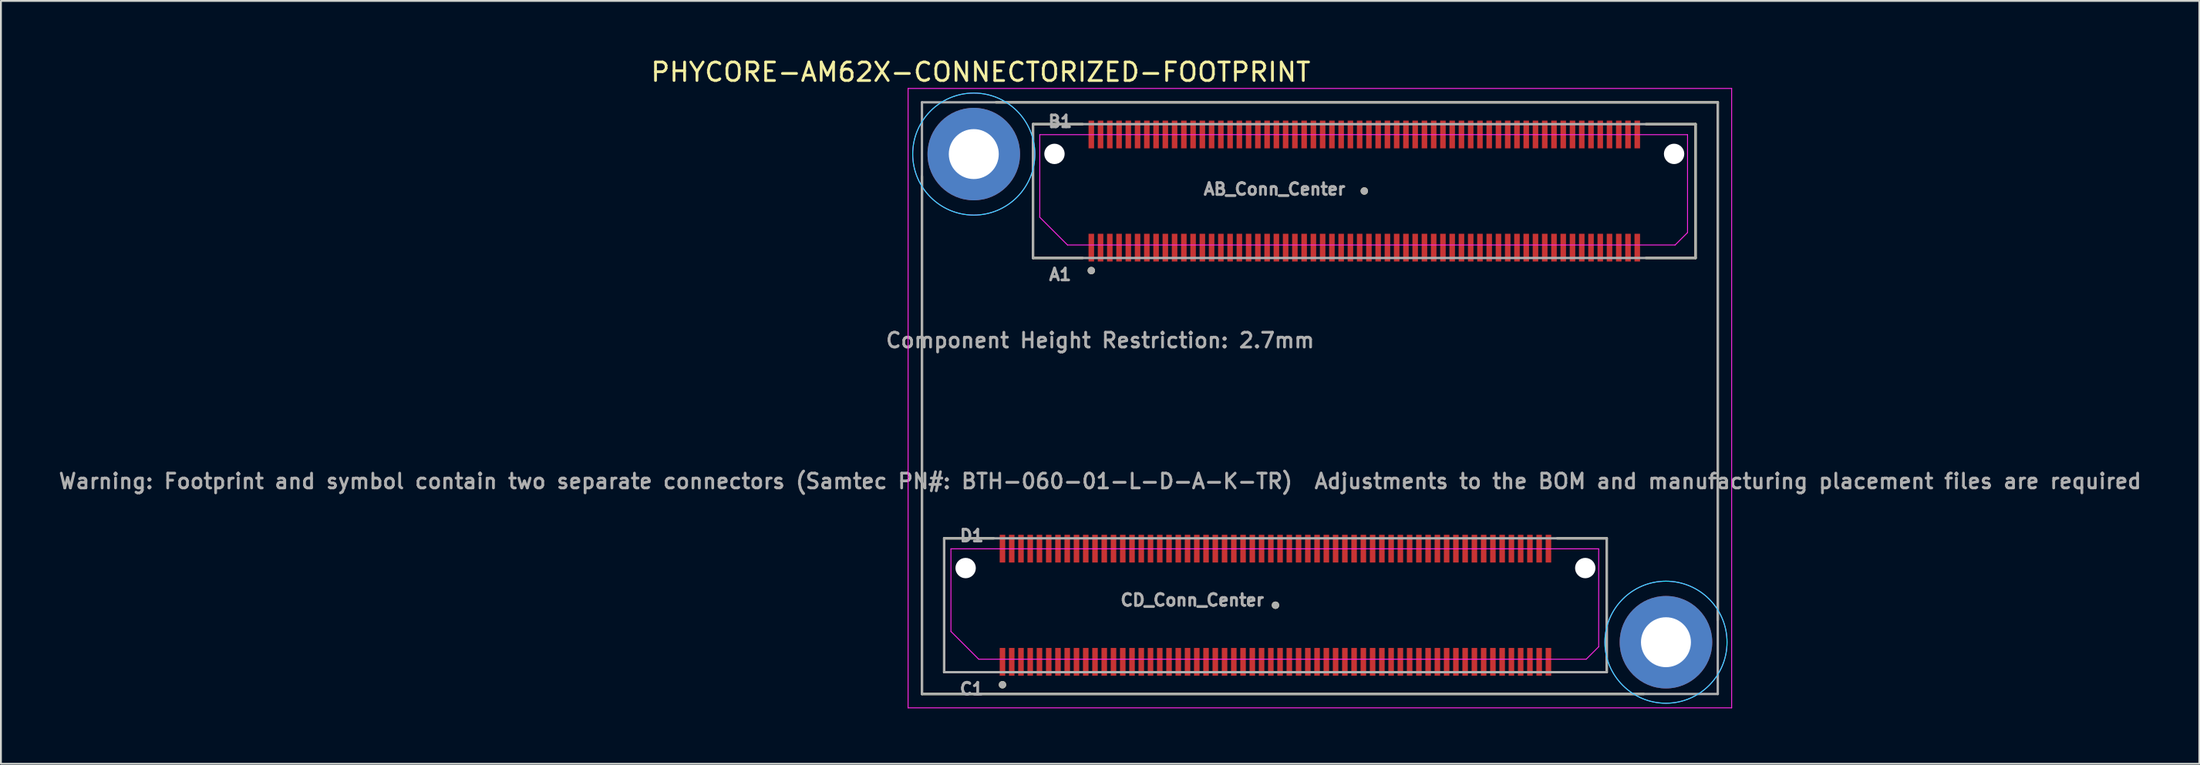
<source format=kicad_pcb>
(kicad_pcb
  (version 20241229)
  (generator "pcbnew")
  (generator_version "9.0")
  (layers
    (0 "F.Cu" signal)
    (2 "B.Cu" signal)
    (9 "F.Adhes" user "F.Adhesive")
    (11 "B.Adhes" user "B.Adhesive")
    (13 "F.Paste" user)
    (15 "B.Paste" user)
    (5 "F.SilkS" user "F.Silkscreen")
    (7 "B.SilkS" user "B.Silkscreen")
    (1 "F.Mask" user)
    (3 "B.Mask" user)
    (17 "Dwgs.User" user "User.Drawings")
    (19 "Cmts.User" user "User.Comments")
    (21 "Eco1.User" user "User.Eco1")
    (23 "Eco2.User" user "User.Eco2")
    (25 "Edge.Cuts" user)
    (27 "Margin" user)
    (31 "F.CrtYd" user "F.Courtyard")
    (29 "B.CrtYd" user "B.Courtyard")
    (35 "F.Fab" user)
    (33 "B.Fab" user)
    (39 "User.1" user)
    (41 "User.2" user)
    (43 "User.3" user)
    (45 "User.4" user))
  (footprint "PHYCORE-AM62X-CONNECTORIZED-FOOTPRINT"
    (layer "F.Cu")
    (at 46.766 34.483)
    (property "Reference" "PHYCORE-AM62X-CONNECTORIZED-FOOTPRINT" (at 3.175 -33.635 0) (layer "F.SilkS") (effects (font (size 1 1) (thickness 0.15))))
    (attr smd)
    (fp_poly (pts (xy 4.2 -8.61) (xy 4.5 -8.61) (xy 4.5 -7.11) (xy 4.2 -7.11)) (stroke (width 0.01) (type solid)) (fill yes) (layer "F.Mask"))
    (fp_poly (pts (xy 4.2 -2.49) (xy 4.5 -2.49) (xy 4.5 -0.99) (xy 4.2 -0.99)) (stroke (width 0.01) (type solid)) (fill yes) (layer "F.Mask"))
    (fp_poly (pts (xy 4.7 -8.61) (xy 5 -8.61) (xy 5 -7.11) (xy 4.7 -7.11)) (stroke (width 0.01) (type solid)) (fill yes) (layer "F.Mask"))
    (fp_poly (pts (xy 4.7 -2.49) (xy 5 -2.49) (xy 5 -0.99) (xy 4.7 -0.99)) (stroke (width 0.01) (type solid)) (fill yes) (layer "F.Mask"))
    (fp_poly (pts (xy 5.2 -8.61) (xy 5.5 -8.61) (xy 5.5 -7.11) (xy 5.2 -7.11)) (stroke (width 0.01) (type solid)) (fill yes) (layer "F.Mask"))
    (fp_poly (pts (xy 5.2 -2.49) (xy 5.5 -2.49) (xy 5.5 -0.99) (xy 5.2 -0.99)) (stroke (width 0.01) (type solid)) (fill yes) (layer "F.Mask"))
    (fp_poly (pts (xy 5.7 -8.61) (xy 6 -8.61) (xy 6 -7.11) (xy 5.7 -7.11)) (stroke (width 0.01) (type solid)) (fill yes) (layer "F.Mask"))
    (fp_poly (pts (xy 5.7 -2.49) (xy 6 -2.49) (xy 6 -0.99) (xy 5.7 -0.99)) (stroke (width 0.01) (type solid)) (fill yes) (layer "F.Mask"))
    (fp_poly (pts (xy 6.2 -8.61) (xy 6.5 -8.61) (xy 6.5 -7.11) (xy 6.2 -7.11)) (stroke (width 0.01) (type solid)) (fill yes) (layer "F.Mask"))
    (fp_poly (pts (xy 6.2 -2.49) (xy 6.5 -2.49) (xy 6.5 -0.99) (xy 6.2 -0.99)) (stroke (width 0.01) (type solid)) (fill yes) (layer "F.Mask"))
    (fp_poly (pts (xy 6.7 -8.61) (xy 7 -8.61) (xy 7 -7.11) (xy 6.7 -7.11)) (stroke (width 0.01) (type solid)) (fill yes) (layer "F.Mask"))
    (fp_poly (pts (xy 6.7 -2.49) (xy 7 -2.49) (xy 7 -0.99) (xy 6.7 -0.99)) (stroke (width 0.01) (type solid)) (fill yes) (layer "F.Mask"))
    (fp_poly (pts (xy 7.2 -8.61) (xy 7.5 -8.61) (xy 7.5 -7.11) (xy 7.2 -7.11)) (stroke (width 0.01) (type solid)) (fill yes) (layer "F.Mask"))
    (fp_poly (pts (xy 7.2 -2.49) (xy 7.5 -2.49) (xy 7.5 -0.99) (xy 7.2 -0.99)) (stroke (width 0.01) (type solid)) (fill yes) (layer "F.Mask"))
    (fp_poly (pts (xy 7.7 -8.61) (xy 8 -8.61) (xy 8 -7.11) (xy 7.7 -7.11)) (stroke (width 0.01) (type solid)) (fill yes) (layer "F.Mask"))
    (fp_poly (pts (xy 7.7 -2.49) (xy 8 -2.49) (xy 8 -0.99) (xy 7.7 -0.99)) (stroke (width 0.01) (type solid)) (fill yes) (layer "F.Mask"))
    (fp_poly (pts (xy 8.2 -8.61) (xy 8.5 -8.61) (xy 8.5 -7.11) (xy 8.2 -7.11)) (stroke (width 0.01) (type solid)) (fill yes) (layer "F.Mask"))
    (fp_poly (pts (xy 8.2 -2.49) (xy 8.5 -2.49) (xy 8.5 -0.99) (xy 8.2 -0.99)) (stroke (width 0.01) (type solid)) (fill yes) (layer "F.Mask"))
    (fp_poly (pts (xy 8.7 -8.61) (xy 9 -8.61) (xy 9 -7.11) (xy 8.7 -7.11)) (stroke (width 0.01) (type solid)) (fill yes) (layer "F.Mask"))
    (fp_poly (pts (xy 8.7 -2.49) (xy 9 -2.49) (xy 9 -0.99) (xy 8.7 -0.99)) (stroke (width 0.01) (type solid)) (fill yes) (layer "F.Mask"))
    (fp_poly (pts (xy 9 -31.01) (xy 9.3 -31.01) (xy 9.3 -29.51) (xy 9 -29.51)) (stroke (width 0.01) (type solid)) (fill yes) (layer "F.Mask"))
    (fp_poly (pts (xy 9 -24.89) (xy 9.3 -24.89) (xy 9.3 -23.39) (xy 9 -23.39)) (stroke (width 0.01) (type solid)) (fill yes) (layer "F.Mask"))
    (fp_poly (pts (xy 9.2 -8.61) (xy 9.5 -8.61) (xy 9.5 -7.11) (xy 9.2 -7.11)) (stroke (width 0.01) (type solid)) (fill yes) (layer "F.Mask"))
    (fp_poly (pts (xy 9.2 -2.49) (xy 9.5 -2.49) (xy 9.5 -0.99) (xy 9.2 -0.99)) (stroke (width 0.01) (type solid)) (fill yes) (layer "F.Mask"))
    (fp_poly (pts (xy 9.5 -31.01) (xy 9.8 -31.01) (xy 9.8 -29.51) (xy 9.5 -29.51)) (stroke (width 0.01) (type solid)) (fill yes) (layer "F.Mask"))
    (fp_poly (pts (xy 9.5 -24.89) (xy 9.8 -24.89) (xy 9.8 -23.39) (xy 9.5 -23.39)) (stroke (width 0.01) (type solid)) (fill yes) (layer "F.Mask"))
    (fp_poly (pts (xy 9.7 -8.61) (xy 10 -8.61) (xy 10 -7.11) (xy 9.7 -7.11)) (stroke (width 0.01) (type solid)) (fill yes) (layer "F.Mask"))
    (fp_poly (pts (xy 9.7 -2.49) (xy 10 -2.49) (xy 10 -0.99) (xy 9.7 -0.99)) (stroke (width 0.01) (type solid)) (fill yes) (layer "F.Mask"))
    (fp_poly (pts (xy 10 -31.01) (xy 10.3 -31.01) (xy 10.3 -29.51) (xy 10 -29.51)) (stroke (width 0.01) (type solid)) (fill yes) (layer "F.Mask"))
    (fp_poly (pts (xy 10 -24.89) (xy 10.3 -24.89) (xy 10.3 -23.39) (xy 10 -23.39)) (stroke (width 0.01) (type solid)) (fill yes) (layer "F.Mask"))
    (fp_poly (pts (xy 10.2 -8.61) (xy 10.5 -8.61) (xy 10.5 -7.11) (xy 10.2 -7.11)) (stroke (width 0.01) (type solid)) (fill yes) (layer "F.Mask"))
    (fp_poly (pts (xy 10.2 -2.49) (xy 10.5 -2.49) (xy 10.5 -0.99) (xy 10.2 -0.99)) (stroke (width 0.01) (type solid)) (fill yes) (layer "F.Mask"))
    (fp_poly (pts (xy 10.5 -31.01) (xy 10.8 -31.01) (xy 10.8 -29.51) (xy 10.5 -29.51)) (stroke (width 0.01) (type solid)) (fill yes) (layer "F.Mask"))
    (fp_poly (pts (xy 10.5 -24.89) (xy 10.8 -24.89) (xy 10.8 -23.39) (xy 10.5 -23.39)) (stroke (width 0.01) (type solid)) (fill yes) (layer "F.Mask"))
    (fp_poly (pts (xy 10.7 -8.61) (xy 11 -8.61) (xy 11 -7.11) (xy 10.7 -7.11)) (stroke (width 0.01) (type solid)) (fill yes) (layer "F.Mask"))
    (fp_poly (pts (xy 10.7 -2.49) (xy 11 -2.49) (xy 11 -0.99) (xy 10.7 -0.99)) (stroke (width 0.01) (type solid)) (fill yes) (layer "F.Mask"))
    (fp_poly (pts (xy 11 -31.01) (xy 11.3 -31.01) (xy 11.3 -29.51) (xy 11 -29.51)) (stroke (width 0.01) (type solid)) (fill yes) (layer "F.Mask"))
    (fp_poly (pts (xy 11 -24.89) (xy 11.3 -24.89) (xy 11.3 -23.39) (xy 11 -23.39)) (stroke (width 0.01) (type solid)) (fill yes) (layer "F.Mask"))
    (fp_poly (pts (xy 11.2 -8.61) (xy 11.5 -8.61) (xy 11.5 -7.11) (xy 11.2 -7.11)) (stroke (width 0.01) (type solid)) (fill yes) (layer "F.Mask"))
    (fp_poly (pts (xy 11.2 -2.49) (xy 11.5 -2.49) (xy 11.5 -0.99) (xy 11.2 -0.99)) (stroke (width 0.01) (type solid)) (fill yes) (layer "F.Mask"))
    (fp_poly (pts (xy 11.5 -31.01) (xy 11.8 -31.01) (xy 11.8 -29.51) (xy 11.5 -29.51)) (stroke (width 0.01) (type solid)) (fill yes) (layer "F.Mask"))
    (fp_poly (pts (xy 11.5 -24.89) (xy 11.8 -24.89) (xy 11.8 -23.39) (xy 11.5 -23.39)) (stroke (width 0.01) (type solid)) (fill yes) (layer "F.Mask"))
    (fp_poly (pts (xy 11.7 -8.61) (xy 12 -8.61) (xy 12 -7.11) (xy 11.7 -7.11)) (stroke (width 0.01) (type solid)) (fill yes) (layer "F.Mask"))
    (fp_poly (pts (xy 11.7 -2.49) (xy 12 -2.49) (xy 12 -0.99) (xy 11.7 -0.99)) (stroke (width 0.01) (type solid)) (fill yes) (layer "F.Mask"))
    (fp_poly (pts (xy 12 -31.01) (xy 12.3 -31.01) (xy 12.3 -29.51) (xy 12 -29.51)) (stroke (width 0.01) (type solid)) (fill yes) (layer "F.Mask"))
    (fp_poly (pts (xy 12 -24.89) (xy 12.3 -24.89) (xy 12.3 -23.39) (xy 12 -23.39)) (stroke (width 0.01) (type solid)) (fill yes) (layer "F.Mask"))
    (fp_poly (pts (xy 12.2 -8.61) (xy 12.5 -8.61) (xy 12.5 -7.11) (xy 12.2 -7.11)) (stroke (width 0.01) (type solid)) (fill yes) (layer "F.Mask"))
    (fp_poly (pts (xy 12.2 -2.49) (xy 12.5 -2.49) (xy 12.5 -0.99) (xy 12.2 -0.99)) (stroke (width 0.01) (type solid)) (fill yes) (layer "F.Mask"))
    (fp_poly (pts (xy 12.5 -31.01) (xy 12.8 -31.01) (xy 12.8 -29.51) (xy 12.5 -29.51)) (stroke (width 0.01) (type solid)) (fill yes) (layer "F.Mask"))
    (fp_poly (pts (xy 12.5 -24.89) (xy 12.8 -24.89) (xy 12.8 -23.39) (xy 12.5 -23.39)) (stroke (width 0.01) (type solid)) (fill yes) (layer "F.Mask"))
    (fp_poly (pts (xy 12.7 -8.61) (xy 13 -8.61) (xy 13 -7.11) (xy 12.7 -7.11)) (stroke (width 0.01) (type solid)) (fill yes) (layer "F.Mask"))
    (fp_poly (pts (xy 12.7 -2.49) (xy 13 -2.49) (xy 13 -0.99) (xy 12.7 -0.99)) (stroke (width 0.01) (type solid)) (fill yes) (layer "F.Mask"))
    (fp_poly (pts (xy 13 -31.01) (xy 13.3 -31.01) (xy 13.3 -29.51) (xy 13 -29.51)) (stroke (width 0.01) (type solid)) (fill yes) (layer "F.Mask"))
    (fp_poly (pts (xy 13 -24.89) (xy 13.3 -24.89) (xy 13.3 -23.39) (xy 13 -23.39)) (stroke (width 0.01) (type solid)) (fill yes) (layer "F.Mask"))
    (fp_poly (pts (xy 13.2 -8.61) (xy 13.5 -8.61) (xy 13.5 -7.11) (xy 13.2 -7.11)) (stroke (width 0.01) (type solid)) (fill yes) (layer "F.Mask"))
    (fp_poly (pts (xy 13.2 -2.49) (xy 13.5 -2.49) (xy 13.5 -0.99) (xy 13.2 -0.99)) (stroke (width 0.01) (type solid)) (fill yes) (layer "F.Mask"))
    (fp_poly (pts (xy 13.5 -31.01) (xy 13.8 -31.01) (xy 13.8 -29.51) (xy 13.5 -29.51)) (stroke (width 0.01) (type solid)) (fill yes) (layer "F.Mask"))
    (fp_poly (pts (xy 13.5 -24.89) (xy 13.8 -24.89) (xy 13.8 -23.39) (xy 13.5 -23.39)) (stroke (width 0.01) (type solid)) (fill yes) (layer "F.Mask"))
    (fp_poly (pts (xy 13.7 -8.61) (xy 14 -8.61) (xy 14 -7.11) (xy 13.7 -7.11)) (stroke (width 0.01) (type solid)) (fill yes) (layer "F.Mask"))
    (fp_poly (pts (xy 13.7 -2.49) (xy 14 -2.49) (xy 14 -0.99) (xy 13.7 -0.99)) (stroke (width 0.01) (type solid)) (fill yes) (layer "F.Mask"))
    (fp_poly (pts (xy 14 -31.01) (xy 14.3 -31.01) (xy 14.3 -29.51) (xy 14 -29.51)) (stroke (width 0.01) (type solid)) (fill yes) (layer "F.Mask"))
    (fp_poly (pts (xy 14 -24.89) (xy 14.3 -24.89) (xy 14.3 -23.39) (xy 14 -23.39)) (stroke (width 0.01) (type solid)) (fill yes) (layer "F.Mask"))
    (fp_poly (pts (xy 14.2 -8.61) (xy 14.5 -8.61) (xy 14.5 -7.11) (xy 14.2 -7.11)) (stroke (width 0.01) (type solid)) (fill yes) (layer "F.Mask"))
    (fp_poly (pts (xy 14.2 -2.49) (xy 14.5 -2.49) (xy 14.5 -0.99) (xy 14.2 -0.99)) (stroke (width 0.01) (type solid)) (fill yes) (layer "F.Mask"))
    (fp_poly (pts (xy 14.5 -31.01) (xy 14.8 -31.01) (xy 14.8 -29.51) (xy 14.5 -29.51)) (stroke (width 0.01) (type solid)) (fill yes) (layer "F.Mask"))
    (fp_poly (pts (xy 14.5 -24.89) (xy 14.8 -24.89) (xy 14.8 -23.39) (xy 14.5 -23.39)) (stroke (width 0.01) (type solid)) (fill yes) (layer "F.Mask"))
    (fp_poly (pts (xy 14.7 -8.61) (xy 15 -8.61) (xy 15 -7.11) (xy 14.7 -7.11)) (stroke (width 0.01) (type solid)) (fill yes) (layer "F.Mask"))
    (fp_poly (pts (xy 14.7 -2.49) (xy 15 -2.49) (xy 15 -0.99) (xy 14.7 -0.99)) (stroke (width 0.01) (type solid)) (fill yes) (layer "F.Mask"))
    (fp_poly (pts (xy 15 -31.01) (xy 15.3 -31.01) (xy 15.3 -29.51) (xy 15 -29.51)) (stroke (width 0.01) (type solid)) (fill yes) (layer "F.Mask"))
    (fp_poly (pts (xy 15 -24.89) (xy 15.3 -24.89) (xy 15.3 -23.39) (xy 15 -23.39)) (stroke (width 0.01) (type solid)) (fill yes) (layer "F.Mask"))
    (fp_poly (pts (xy 15.2 -8.61) (xy 15.5 -8.61) (xy 15.5 -7.11) (xy 15.2 -7.11)) (stroke (width 0.01) (type solid)) (fill yes) (layer "F.Mask"))
    (fp_poly (pts (xy 15.2 -2.49) (xy 15.5 -2.49) (xy 15.5 -0.99) (xy 15.2 -0.99)) (stroke (width 0.01) (type solid)) (fill yes) (layer "F.Mask"))
    (fp_poly (pts (xy 15.5 -31.01) (xy 15.8 -31.01) (xy 15.8 -29.51) (xy 15.5 -29.51)) (stroke (width 0.01) (type solid)) (fill yes) (layer "F.Mask"))
    (fp_poly (pts (xy 15.5 -24.89) (xy 15.8 -24.89) (xy 15.8 -23.39) (xy 15.5 -23.39)) (stroke (width 0.01) (type solid)) (fill yes) (layer "F.Mask"))
    (fp_poly (pts (xy 15.7 -8.61) (xy 16 -8.61) (xy 16 -7.11) (xy 15.7 -7.11)) (stroke (width 0.01) (type solid)) (fill yes) (layer "F.Mask"))
    (fp_poly (pts (xy 15.7 -2.49) (xy 16 -2.49) (xy 16 -0.99) (xy 15.7 -0.99)) (stroke (width 0.01) (type solid)) (fill yes) (layer "F.Mask"))
    (fp_poly (pts (xy 16 -31.01) (xy 16.3 -31.01) (xy 16.3 -29.51) (xy 16 -29.51)) (stroke (width 0.01) (type solid)) (fill yes) (layer "F.Mask"))
    (fp_poly (pts (xy 16 -24.89) (xy 16.3 -24.89) (xy 16.3 -23.39) (xy 16 -23.39)) (stroke (width 0.01) (type solid)) (fill yes) (layer "F.Mask"))
    (fp_poly (pts (xy 16.2 -8.61) (xy 16.5 -8.61) (xy 16.5 -7.11) (xy 16.2 -7.11)) (stroke (width 0.01) (type solid)) (fill yes) (layer "F.Mask"))
    (fp_poly (pts (xy 16.2 -2.49) (xy 16.5 -2.49) (xy 16.5 -0.99) (xy 16.2 -0.99)) (stroke (width 0.01) (type solid)) (fill yes) (layer "F.Mask"))
    (fp_poly (pts (xy 16.5 -31.01) (xy 16.8 -31.01) (xy 16.8 -29.51) (xy 16.5 -29.51)) (stroke (width 0.01) (type solid)) (fill yes) (layer "F.Mask"))
    (fp_poly (pts (xy 16.5 -24.89) (xy 16.8 -24.89) (xy 16.8 -23.39) (xy 16.5 -23.39)) (stroke (width 0.01) (type solid)) (fill yes) (layer "F.Mask"))
    (fp_poly (pts (xy 16.7 -8.61) (xy 17 -8.61) (xy 17 -7.11) (xy 16.7 -7.11)) (stroke (width 0.01) (type solid)) (fill yes) (layer "F.Mask"))
    (fp_poly (pts (xy 16.7 -2.49) (xy 17 -2.49) (xy 17 -0.99) (xy 16.7 -0.99)) (stroke (width 0.01) (type solid)) (fill yes) (layer "F.Mask"))
    (fp_poly (pts (xy 17 -31.01) (xy 17.3 -31.01) (xy 17.3 -29.51) (xy 17 -29.51)) (stroke (width 0.01) (type solid)) (fill yes) (layer "F.Mask"))
    (fp_poly (pts (xy 17 -24.89) (xy 17.3 -24.89) (xy 17.3 -23.39) (xy 17 -23.39)) (stroke (width 0.01) (type solid)) (fill yes) (layer "F.Mask"))
    (fp_poly (pts (xy 17.2 -8.61) (xy 17.5 -8.61) (xy 17.5 -7.11) (xy 17.2 -7.11)) (stroke (width 0.01) (type solid)) (fill yes) (layer "F.Mask"))
    (fp_poly (pts (xy 17.2 -2.49) (xy 17.5 -2.49) (xy 17.5 -0.99) (xy 17.2 -0.99)) (stroke (width 0.01) (type solid)) (fill yes) (layer "F.Mask"))
    (fp_poly (pts (xy 17.5 -31.01) (xy 17.8 -31.01) (xy 17.8 -29.51) (xy 17.5 -29.51)) (stroke (width 0.01) (type solid)) (fill yes) (layer "F.Mask"))
    (fp_poly (pts (xy 17.5 -24.89) (xy 17.8 -24.89) (xy 17.8 -23.39) (xy 17.5 -23.39)) (stroke (width 0.01) (type solid)) (fill yes) (layer "F.Mask"))
    (fp_poly (pts (xy 17.7 -8.61) (xy 18 -8.61) (xy 18 -7.11) (xy 17.7 -7.11)) (stroke (width 0.01) (type solid)) (fill yes) (layer "F.Mask"))
    (fp_poly (pts (xy 17.7 -2.49) (xy 18 -2.49) (xy 18 -0.99) (xy 17.7 -0.99)) (stroke (width 0.01) (type solid)) (fill yes) (layer "F.Mask"))
    (fp_poly (pts (xy 18 -31.01) (xy 18.3 -31.01) (xy 18.3 -29.51) (xy 18 -29.51)) (stroke (width 0.01) (type solid)) (fill yes) (layer "F.Mask"))
    (fp_poly (pts (xy 18 -24.89) (xy 18.3 -24.89) (xy 18.3 -23.39) (xy 18 -23.39)) (stroke (width 0.01) (type solid)) (fill yes) (layer "F.Mask"))
    (fp_poly (pts (xy 18.2 -8.61) (xy 18.5 -8.61) (xy 18.5 -7.11) (xy 18.2 -7.11)) (stroke (width 0.01) (type solid)) (fill yes) (layer "F.Mask"))
    (fp_poly (pts (xy 18.2 -2.49) (xy 18.5 -2.49) (xy 18.5 -0.99) (xy 18.2 -0.99)) (stroke (width 0.01) (type solid)) (fill yes) (layer "F.Mask"))
    (fp_poly (pts (xy 18.5 -31.01) (xy 18.8 -31.01) (xy 18.8 -29.51) (xy 18.5 -29.51)) (stroke (width 0.01) (type solid)) (fill yes) (layer "F.Mask"))
    (fp_poly (pts (xy 18.5 -24.89) (xy 18.8 -24.89) (xy 18.8 -23.39) (xy 18.5 -23.39)) (stroke (width 0.01) (type solid)) (fill yes) (layer "F.Mask"))
    (fp_poly (pts (xy 18.7 -8.61) (xy 19 -8.61) (xy 19 -7.11) (xy 18.7 -7.11)) (stroke (width 0.01) (type solid)) (fill yes) (layer "F.Mask"))
    (fp_poly (pts (xy 18.7 -2.49) (xy 19 -2.49) (xy 19 -0.99) (xy 18.7 -0.99)) (stroke (width 0.01) (type solid)) (fill yes) (layer "F.Mask"))
    (fp_poly (pts (xy 19 -31.01) (xy 19.3 -31.01) (xy 19.3 -29.51) (xy 19 -29.51)) (stroke (width 0.01) (type solid)) (fill yes) (layer "F.Mask"))
    (fp_poly (pts (xy 19 -24.89) (xy 19.3 -24.89) (xy 19.3 -23.39) (xy 19 -23.39)) (stroke (width 0.01) (type solid)) (fill yes) (layer "F.Mask"))
    (fp_poly (pts (xy 19.2 -8.61) (xy 19.5 -8.61) (xy 19.5 -7.11) (xy 19.2 -7.11)) (stroke (width 0.01) (type solid)) (fill yes) (layer "F.Mask"))
    (fp_poly (pts (xy 19.2 -2.49) (xy 19.5 -2.49) (xy 19.5 -0.99) (xy 19.2 -0.99)) (stroke (width 0.01) (type solid)) (fill yes) (layer "F.Mask"))
    (fp_poly (pts (xy 19.5 -31.01) (xy 19.8 -31.01) (xy 19.8 -29.51) (xy 19.5 -29.51)) (stroke (width 0.01) (type solid)) (fill yes) (layer "F.Mask"))
    (fp_poly (pts (xy 19.5 -24.89) (xy 19.8 -24.89) (xy 19.8 -23.39) (xy 19.5 -23.39)) (stroke (width 0.01) (type solid)) (fill yes) (layer "F.Mask"))
    (fp_poly (pts (xy 19.7 -8.61) (xy 20 -8.61) (xy 20 -7.11) (xy 19.7 -7.11)) (stroke (width 0.01) (type solid)) (fill yes) (layer "F.Mask"))
    (fp_poly (pts (xy 19.7 -2.49) (xy 20 -2.49) (xy 20 -0.99) (xy 19.7 -0.99)) (stroke (width 0.01) (type solid)) (fill yes) (layer "F.Mask"))
    (fp_poly (pts (xy 20 -31.01) (xy 20.3 -31.01) (xy 20.3 -29.51) (xy 20 -29.51)) (stroke (width 0.01) (type solid)) (fill yes) (layer "F.Mask"))
    (fp_poly (pts (xy 20 -24.89) (xy 20.3 -24.89) (xy 20.3 -23.39) (xy 20 -23.39)) (stroke (width 0.01) (type solid)) (fill yes) (layer "F.Mask"))
    (fp_poly (pts (xy 20.2 -8.61) (xy 20.5 -8.61) (xy 20.5 -7.11) (xy 20.2 -7.11)) (stroke (width 0.01) (type solid)) (fill yes) (layer "F.Mask"))
    (fp_poly (pts (xy 20.2 -2.49) (xy 20.5 -2.49) (xy 20.5 -0.99) (xy 20.2 -0.99)) (stroke (width 0.01) (type solid)) (fill yes) (layer "F.Mask"))
    (fp_poly (pts (xy 20.5 -31.01) (xy 20.8 -31.01) (xy 20.8 -29.51) (xy 20.5 -29.51)) (stroke (width 0.01) (type solid)) (fill yes) (layer "F.Mask"))
    (fp_poly (pts (xy 20.5 -24.89) (xy 20.8 -24.89) (xy 20.8 -23.39) (xy 20.5 -23.39)) (stroke (width 0.01) (type solid)) (fill yes) (layer "F.Mask"))
    (fp_poly (pts (xy 20.7 -8.61) (xy 21 -8.61) (xy 21 -7.11) (xy 20.7 -7.11)) (stroke (width 0.01) (type solid)) (fill yes) (layer "F.Mask"))
    (fp_poly (pts (xy 20.7 -2.49) (xy 21 -2.49) (xy 21 -0.99) (xy 20.7 -0.99)) (stroke (width 0.01) (type solid)) (fill yes) (layer "F.Mask"))
    (fp_poly (pts (xy 21 -31.01) (xy 21.3 -31.01) (xy 21.3 -29.51) (xy 21 -29.51)) (stroke (width 0.01) (type solid)) (fill yes) (layer "F.Mask"))
    (fp_poly (pts (xy 21 -24.89) (xy 21.3 -24.89) (xy 21.3 -23.39) (xy 21 -23.39)) (stroke (width 0.01) (type solid)) (fill yes) (layer "F.Mask"))
    (fp_poly (pts (xy 21.2 -8.61) (xy 21.5 -8.61) (xy 21.5 -7.11) (xy 21.2 -7.11)) (stroke (width 0.01) (type solid)) (fill yes) (layer "F.Mask"))
    (fp_poly (pts (xy 21.2 -2.49) (xy 21.5 -2.49) (xy 21.5 -0.99) (xy 21.2 -0.99)) (stroke (width 0.01) (type solid)) (fill yes) (layer "F.Mask"))
    (fp_poly (pts (xy 21.5 -31.01) (xy 21.8 -31.01) (xy 21.8 -29.51) (xy 21.5 -29.51)) (stroke (width 0.01) (type solid)) (fill yes) (layer "F.Mask"))
    (fp_poly (pts (xy 21.5 -24.89) (xy 21.8 -24.89) (xy 21.8 -23.39) (xy 21.5 -23.39)) (stroke (width 0.01) (type solid)) (fill yes) (layer "F.Mask"))
    (fp_poly (pts (xy 21.7 -8.61) (xy 22 -8.61) (xy 22 -7.11) (xy 21.7 -7.11)) (stroke (width 0.01) (type solid)) (fill yes) (layer "F.Mask"))
    (fp_poly (pts (xy 21.7 -2.49) (xy 22 -2.49) (xy 22 -0.99) (xy 21.7 -0.99)) (stroke (width 0.01) (type solid)) (fill yes) (layer "F.Mask"))
    (fp_poly (pts (xy 22 -31.01) (xy 22.3 -31.01) (xy 22.3 -29.51) (xy 22 -29.51)) (stroke (width 0.01) (type solid)) (fill yes) (layer "F.Mask"))
    (fp_poly (pts (xy 22 -24.89) (xy 22.3 -24.89) (xy 22.3 -23.39) (xy 22 -23.39)) (stroke (width 0.01) (type solid)) (fill yes) (layer "F.Mask"))
    (fp_poly (pts (xy 22.2 -8.61) (xy 22.5 -8.61) (xy 22.5 -7.11) (xy 22.2 -7.11)) (stroke (width 0.01) (type solid)) (fill yes) (layer "F.Mask"))
    (fp_poly (pts (xy 22.2 -2.49) (xy 22.5 -2.49) (xy 22.5 -0.99) (xy 22.2 -0.99)) (stroke (width 0.01) (type solid)) (fill yes) (layer "F.Mask"))
    (fp_poly (pts (xy 22.5 -31.01) (xy 22.8 -31.01) (xy 22.8 -29.51) (xy 22.5 -29.51)) (stroke (width 0.01) (type solid)) (fill yes) (layer "F.Mask"))
    (fp_poly (pts (xy 22.5 -24.89) (xy 22.8 -24.89) (xy 22.8 -23.39) (xy 22.5 -23.39)) (stroke (width 0.01) (type solid)) (fill yes) (layer "F.Mask"))
    (fp_poly (pts (xy 22.7 -8.61) (xy 23 -8.61) (xy 23 -7.11) (xy 22.7 -7.11)) (stroke (width 0.01) (type solid)) (fill yes) (layer "F.Mask"))
    (fp_poly (pts (xy 22.7 -2.49) (xy 23 -2.49) (xy 23 -0.99) (xy 22.7 -0.99)) (stroke (width 0.01) (type solid)) (fill yes) (layer "F.Mask"))
    (fp_poly (pts (xy 23 -31.01) (xy 23.3 -31.01) (xy 23.3 -29.51) (xy 23 -29.51)) (stroke (width 0.01) (type solid)) (fill yes) (layer "F.Mask"))
    (fp_poly (pts (xy 23 -24.89) (xy 23.3 -24.89) (xy 23.3 -23.39) (xy 23 -23.39)) (stroke (width 0.01) (type solid)) (fill yes) (layer "F.Mask"))
    (fp_poly (pts (xy 23.2 -8.61) (xy 23.5 -8.61) (xy 23.5 -7.11) (xy 23.2 -7.11)) (stroke (width 0.01) (type solid)) (fill yes) (layer "F.Mask"))
    (fp_poly (pts (xy 23.2 -2.49) (xy 23.5 -2.49) (xy 23.5 -0.99) (xy 23.2 -0.99)) (stroke (width 0.01) (type solid)) (fill yes) (layer "F.Mask"))
    (fp_poly (pts (xy 23.5 -31.01) (xy 23.8 -31.01) (xy 23.8 -29.51) (xy 23.5 -29.51)) (stroke (width 0.01) (type solid)) (fill yes) (layer "F.Mask"))
    (fp_poly (pts (xy 23.5 -24.89) (xy 23.8 -24.89) (xy 23.8 -23.39) (xy 23.5 -23.39)) (stroke (width 0.01) (type solid)) (fill yes) (layer "F.Mask"))
    (fp_poly (pts (xy 23.7 -8.61) (xy 24 -8.61) (xy 24 -7.11) (xy 23.7 -7.11)) (stroke (width 0.01) (type solid)) (fill yes) (layer "F.Mask"))
    (fp_poly (pts (xy 23.7 -2.49) (xy 24 -2.49) (xy 24 -0.99) (xy 23.7 -0.99)) (stroke (width 0.01) (type solid)) (fill yes) (layer "F.Mask"))
    (fp_poly (pts (xy 24 -31.01) (xy 24.3 -31.01) (xy 24.3 -29.51) (xy 24 -29.51)) (stroke (width 0.01) (type solid)) (fill yes) (layer "F.Mask"))
    (fp_poly (pts (xy 24 -24.89) (xy 24.3 -24.89) (xy 24.3 -23.39) (xy 24 -23.39)) (stroke (width 0.01) (type solid)) (fill yes) (layer "F.Mask"))
    (fp_poly (pts (xy 24.2 -8.61) (xy 24.5 -8.61) (xy 24.5 -7.11) (xy 24.2 -7.11)) (stroke (width 0.01) (type solid)) (fill yes) (layer "F.Mask"))
    (fp_poly (pts (xy 24.2 -2.49) (xy 24.5 -2.49) (xy 24.5 -0.99) (xy 24.2 -0.99)) (stroke (width 0.01) (type solid)) (fill yes) (layer "F.Mask"))
    (fp_poly (pts (xy 24.5 -31.01) (xy 24.8 -31.01) (xy 24.8 -29.51) (xy 24.5 -29.51)) (stroke (width 0.01) (type solid)) (fill yes) (layer "F.Mask"))
    (fp_poly (pts (xy 24.5 -24.89) (xy 24.8 -24.89) (xy 24.8 -23.39) (xy 24.5 -23.39)) (stroke (width 0.01) (type solid)) (fill yes) (layer "F.Mask"))
    (fp_poly (pts (xy 24.7 -8.61) (xy 25 -8.61) (xy 25 -7.11) (xy 24.7 -7.11)) (stroke (width 0.01) (type solid)) (fill yes) (layer "F.Mask"))
    (fp_poly (pts (xy 24.7 -2.49) (xy 25 -2.49) (xy 25 -0.99) (xy 24.7 -0.99)) (stroke (width 0.01) (type solid)) (fill yes) (layer "F.Mask"))
    (fp_poly (pts (xy 25 -31.01) (xy 25.3 -31.01) (xy 25.3 -29.51) (xy 25 -29.51)) (stroke (width 0.01) (type solid)) (fill yes) (layer "F.Mask"))
    (fp_poly (pts (xy 25 -24.89) (xy 25.3 -24.89) (xy 25.3 -23.39) (xy 25 -23.39)) (stroke (width 0.01) (type solid)) (fill yes) (layer "F.Mask"))
    (fp_poly (pts (xy 25.2 -8.61) (xy 25.5 -8.61) (xy 25.5 -7.11) (xy 25.2 -7.11)) (stroke (width 0.01) (type solid)) (fill yes) (layer "F.Mask"))
    (fp_poly (pts (xy 25.2 -2.49) (xy 25.5 -2.49) (xy 25.5 -0.99) (xy 25.2 -0.99)) (stroke (width 0.01) (type solid)) (fill yes) (layer "F.Mask"))
    (fp_poly (pts (xy 25.5 -31.01) (xy 25.8 -31.01) (xy 25.8 -29.51) (xy 25.5 -29.51)) (stroke (width 0.01) (type solid)) (fill yes) (layer "F.Mask"))
    (fp_poly (pts (xy 25.5 -24.89) (xy 25.8 -24.89) (xy 25.8 -23.39) (xy 25.5 -23.39)) (stroke (width 0.01) (type solid)) (fill yes) (layer "F.Mask"))
    (fp_poly (pts (xy 25.7 -8.61) (xy 26 -8.61) (xy 26 -7.11) (xy 25.7 -7.11)) (stroke (width 0.01) (type solid)) (fill yes) (layer "F.Mask"))
    (fp_poly (pts (xy 25.7 -2.49) (xy 26 -2.49) (xy 26 -0.99) (xy 25.7 -0.99)) (stroke (width 0.01) (type solid)) (fill yes) (layer "F.Mask"))
    (fp_poly (pts (xy 26 -31.01) (xy 26.3 -31.01) (xy 26.3 -29.51) (xy 26 -29.51)) (stroke (width 0.01) (type solid)) (fill yes) (layer "F.Mask"))
    (fp_poly (pts (xy 26 -24.89) (xy 26.3 -24.89) (xy 26.3 -23.39) (xy 26 -23.39)) (stroke (width 0.01) (type solid)) (fill yes) (layer "F.Mask"))
    (fp_poly (pts (xy 26.2 -8.61) (xy 26.5 -8.61) (xy 26.5 -7.11) (xy 26.2 -7.11)) (stroke (width 0.01) (type solid)) (fill yes) (layer "F.Mask"))
    (fp_poly (pts (xy 26.2 -2.49) (xy 26.5 -2.49) (xy 26.5 -0.99) (xy 26.2 -0.99)) (stroke (width 0.01) (type solid)) (fill yes) (layer "F.Mask"))
    (fp_poly (pts (xy 26.5 -31.01) (xy 26.8 -31.01) (xy 26.8 -29.51) (xy 26.5 -29.51)) (stroke (width 0.01) (type solid)) (fill yes) (layer "F.Mask"))
    (fp_poly (pts (xy 26.5 -24.89) (xy 26.8 -24.89) (xy 26.8 -23.39) (xy 26.5 -23.39)) (stroke (width 0.01) (type solid)) (fill yes) (layer "F.Mask"))
    (fp_poly (pts (xy 26.7 -8.61) (xy 27 -8.61) (xy 27 -7.11) (xy 26.7 -7.11)) (stroke (width 0.01) (type solid)) (fill yes) (layer "F.Mask"))
    (fp_poly (pts (xy 26.7 -2.49) (xy 27 -2.49) (xy 27 -0.99) (xy 26.7 -0.99)) (stroke (width 0.01) (type solid)) (fill yes) (layer "F.Mask"))
    (fp_poly (pts (xy 27 -31.01) (xy 27.3 -31.01) (xy 27.3 -29.51) (xy 27 -29.51)) (stroke (width 0.01) (type solid)) (fill yes) (layer "F.Mask"))
    (fp_poly (pts (xy 27 -24.89) (xy 27.3 -24.89) (xy 27.3 -23.39) (xy 27 -23.39)) (stroke (width 0.01) (type solid)) (fill yes) (layer "F.Mask"))
    (fp_poly (pts (xy 27.2 -8.61) (xy 27.5 -8.61) (xy 27.5 -7.11) (xy 27.2 -7.11)) (stroke (width 0.01) (type solid)) (fill yes) (layer "F.Mask"))
    (fp_poly (pts (xy 27.2 -2.49) (xy 27.5 -2.49) (xy 27.5 -0.99) (xy 27.2 -0.99)) (stroke (width 0.01) (type solid)) (fill yes) (layer "F.Mask"))
    (fp_poly (pts (xy 27.5 -31.01) (xy 27.8 -31.01) (xy 27.8 -29.51) (xy 27.5 -29.51)) (stroke (width 0.01) (type solid)) (fill yes) (layer "F.Mask"))
    (fp_poly (pts (xy 27.5 -24.89) (xy 27.8 -24.89) (xy 27.8 -23.39) (xy 27.5 -23.39)) (stroke (width 0.01) (type solid)) (fill yes) (layer "F.Mask"))
    (fp_poly (pts (xy 27.7 -8.61) (xy 28 -8.61) (xy 28 -7.11) (xy 27.7 -7.11)) (stroke (width 0.01) (type solid)) (fill yes) (layer "F.Mask"))
    (fp_poly (pts (xy 27.7 -2.49) (xy 28 -2.49) (xy 28 -0.99) (xy 27.7 -0.99)) (stroke (width 0.01) (type solid)) (fill yes) (layer "F.Mask"))
    (fp_poly (pts (xy 28 -31.01) (xy 28.3 -31.01) (xy 28.3 -29.51) (xy 28 -29.51)) (stroke (width 0.01) (type solid)) (fill yes) (layer "F.Mask"))
    (fp_poly (pts (xy 28 -24.89) (xy 28.3 -24.89) (xy 28.3 -23.39) (xy 28 -23.39)) (stroke (width 0.01) (type solid)) (fill yes) (layer "F.Mask"))
    (fp_poly (pts (xy 28.2 -8.61) (xy 28.5 -8.61) (xy 28.5 -7.11) (xy 28.2 -7.11)) (stroke (width 0.01) (type solid)) (fill yes) (layer "F.Mask"))
    (fp_poly (pts (xy 28.2 -2.49) (xy 28.5 -2.49) (xy 28.5 -0.99) (xy 28.2 -0.99)) (stroke (width 0.01) (type solid)) (fill yes) (layer "F.Mask"))
    (fp_poly (pts (xy 28.5 -31.01) (xy 28.8 -31.01) (xy 28.8 -29.51) (xy 28.5 -29.51)) (stroke (width 0.01) (type solid)) (fill yes) (layer "F.Mask"))
    (fp_poly (pts (xy 28.5 -24.89) (xy 28.8 -24.89) (xy 28.8 -23.39) (xy 28.5 -23.39)) (stroke (width 0.01) (type solid)) (fill yes) (layer "F.Mask"))
    (fp_poly (pts (xy 28.7 -8.61) (xy 29 -8.61) (xy 29 -7.11) (xy 28.7 -7.11)) (stroke (width 0.01) (type solid)) (fill yes) (layer "F.Mask"))
    (fp_poly (pts (xy 28.7 -2.49) (xy 29 -2.49) (xy 29 -0.99) (xy 28.7 -0.99)) (stroke (width 0.01) (type solid)) (fill yes) (layer "F.Mask"))
    (fp_poly (pts (xy 29 -31.01) (xy 29.3 -31.01) (xy 29.3 -29.51) (xy 29 -29.51)) (stroke (width 0.01) (type solid)) (fill yes) (layer "F.Mask"))
    (fp_poly (pts (xy 29 -24.89) (xy 29.3 -24.89) (xy 29.3 -23.39) (xy 29 -23.39)) (stroke (width 0.01) (type solid)) (fill yes) (layer "F.Mask"))
    (fp_poly (pts (xy 29.2 -8.61) (xy 29.5 -8.61) (xy 29.5 -7.11) (xy 29.2 -7.11)) (stroke (width 0.01) (type solid)) (fill yes) (layer "F.Mask"))
    (fp_poly (pts (xy 29.2 -2.49) (xy 29.5 -2.49) (xy 29.5 -0.99) (xy 29.2 -0.99)) (stroke (width 0.01) (type solid)) (fill yes) (layer "F.Mask"))
    (fp_poly (pts (xy 29.5 -31.01) (xy 29.8 -31.01) (xy 29.8 -29.51) (xy 29.5 -29.51)) (stroke (width 0.01) (type solid)) (fill yes) (layer "F.Mask"))
    (fp_poly (pts (xy 29.5 -24.89) (xy 29.8 -24.89) (xy 29.8 -23.39) (xy 29.5 -23.39)) (stroke (width 0.01) (type solid)) (fill yes) (layer "F.Mask"))
    (fp_poly (pts (xy 29.7 -8.61) (xy 30 -8.61) (xy 30 -7.11) (xy 29.7 -7.11)) (stroke (width 0.01) (type solid)) (fill yes) (layer "F.Mask"))
    (fp_poly (pts (xy 29.7 -2.49) (xy 30 -2.49) (xy 30 -0.99) (xy 29.7 -0.99)) (stroke (width 0.01) (type solid)) (fill yes) (layer "F.Mask"))
    (fp_poly (pts (xy 30 -31.01) (xy 30.3 -31.01) (xy 30.3 -29.51) (xy 30 -29.51)) (stroke (width 0.01) (type solid)) (fill yes) (layer "F.Mask"))
    (fp_poly (pts (xy 30 -24.89) (xy 30.3 -24.89) (xy 30.3 -23.39) (xy 30 -23.39)) (stroke (width 0.01) (type solid)) (fill yes) (layer "F.Mask"))
    (fp_poly (pts (xy 30.2 -8.61) (xy 30.5 -8.61) (xy 30.5 -7.11) (xy 30.2 -7.11)) (stroke (width 0.01) (type solid)) (fill yes) (layer "F.Mask"))
    (fp_poly (pts (xy 30.2 -2.49) (xy 30.5 -2.49) (xy 30.5 -0.99) (xy 30.2 -0.99)) (stroke (width 0.01) (type solid)) (fill yes) (layer "F.Mask"))
    (fp_poly (pts (xy 30.5 -31.01) (xy 30.8 -31.01) (xy 30.8 -29.51) (xy 30.5 -29.51)) (stroke (width 0.01) (type solid)) (fill yes) (layer "F.Mask"))
    (fp_poly (pts (xy 30.5 -24.89) (xy 30.8 -24.89) (xy 30.8 -23.39) (xy 30.5 -23.39)) (stroke (width 0.01) (type solid)) (fill yes) (layer "F.Mask"))
    (fp_poly (pts (xy 30.7 -8.61) (xy 31 -8.61) (xy 31 -7.11) (xy 30.7 -7.11)) (stroke (width 0.01) (type solid)) (fill yes) (layer "F.Mask"))
    (fp_poly (pts (xy 30.7 -2.49) (xy 31 -2.49) (xy 31 -0.99) (xy 30.7 -0.99)) (stroke (width 0.01) (type solid)) (fill yes) (layer "F.Mask"))
    (fp_poly (pts (xy 31 -31.01) (xy 31.3 -31.01) (xy 31.3 -29.51) (xy 31 -29.51)) (stroke (width 0.01) (type solid)) (fill yes) (layer "F.Mask"))
    (fp_poly (pts (xy 31 -24.89) (xy 31.3 -24.89) (xy 31.3 -23.39) (xy 31 -23.39)) (stroke (width 0.01) (type solid)) (fill yes) (layer "F.Mask"))
    (fp_poly (pts (xy 31.2 -8.61) (xy 31.5 -8.61) (xy 31.5 -7.11) (xy 31.2 -7.11)) (stroke (width 0.01) (type solid)) (fill yes) (layer "F.Mask"))
    (fp_poly (pts (xy 31.2 -2.49) (xy 31.5 -2.49) (xy 31.5 -0.99) (xy 31.2 -0.99)) (stroke (width 0.01) (type solid)) (fill yes) (layer "F.Mask"))
    (fp_poly (pts (xy 31.5 -31.01) (xy 31.8 -31.01) (xy 31.8 -29.51) (xy 31.5 -29.51)) (stroke (width 0.01) (type solid)) (fill yes) (layer "F.Mask"))
    (fp_poly (pts (xy 31.5 -24.89) (xy 31.8 -24.89) (xy 31.8 -23.39) (xy 31.5 -23.39)) (stroke (width 0.01) (type solid)) (fill yes) (layer "F.Mask"))
    (fp_poly (pts (xy 31.7 -8.61) (xy 32 -8.61) (xy 32 -7.11) (xy 31.7 -7.11)) (stroke (width 0.01) (type solid)) (fill yes) (layer "F.Mask"))
    (fp_poly (pts (xy 31.7 -2.49) (xy 32 -2.49) (xy 32 -0.99) (xy 31.7 -0.99)) (stroke (width 0.01) (type solid)) (fill yes) (layer "F.Mask"))
    (fp_poly (pts (xy 32 -31.01) (xy 32.3 -31.01) (xy 32.3 -29.51) (xy 32 -29.51)) (stroke (width 0.01) (type solid)) (fill yes) (layer "F.Mask"))
    (fp_poly (pts (xy 32 -24.89) (xy 32.3 -24.89) (xy 32.3 -23.39) (xy 32 -23.39)) (stroke (width 0.01) (type solid)) (fill yes) (layer "F.Mask"))
    (fp_poly (pts (xy 32.2 -8.61) (xy 32.5 -8.61) (xy 32.5 -7.11) (xy 32.2 -7.11)) (stroke (width 0.01) (type solid)) (fill yes) (layer "F.Mask"))
    (fp_poly (pts (xy 32.2 -2.49) (xy 32.5 -2.49) (xy 32.5 -0.99) (xy 32.2 -0.99)) (stroke (width 0.01) (type solid)) (fill yes) (layer "F.Mask"))
    (fp_poly (pts (xy 32.5 -31.01) (xy 32.8 -31.01) (xy 32.8 -29.51) (xy 32.5 -29.51)) (stroke (width 0.01) (type solid)) (fill yes) (layer "F.Mask"))
    (fp_poly (pts (xy 32.5 -24.89) (xy 32.8 -24.89) (xy 32.8 -23.39) (xy 32.5 -23.39)) (stroke (width 0.01) (type solid)) (fill yes) (layer "F.Mask"))
    (fp_poly (pts (xy 32.7 -8.61) (xy 33 -8.61) (xy 33 -7.11) (xy 32.7 -7.11)) (stroke (width 0.01) (type solid)) (fill yes) (layer "F.Mask"))
    (fp_poly (pts (xy 32.7 -2.49) (xy 33 -2.49) (xy 33 -0.99) (xy 32.7 -0.99)) (stroke (width 0.01) (type solid)) (fill yes) (layer "F.Mask"))
    (fp_poly (pts (xy 33 -31.01) (xy 33.3 -31.01) (xy 33.3 -29.51) (xy 33 -29.51)) (stroke (width 0.01) (type solid)) (fill yes) (layer "F.Mask"))
    (fp_poly (pts (xy 33 -24.89) (xy 33.3 -24.89) (xy 33.3 -23.39) (xy 33 -23.39)) (stroke (width 0.01) (type solid)) (fill yes) (layer "F.Mask"))
    (fp_poly (pts (xy 33.2 -8.61) (xy 33.5 -8.61) (xy 33.5 -7.11) (xy 33.2 -7.11)) (stroke (width 0.01) (type solid)) (fill yes) (layer "F.Mask"))
    (fp_poly (pts (xy 33.2 -2.49) (xy 33.5 -2.49) (xy 33.5 -0.99) (xy 33.2 -0.99)) (stroke (width 0.01) (type solid)) (fill yes) (layer "F.Mask"))
    (fp_poly (pts (xy 33.5 -31.01) (xy 33.8 -31.01) (xy 33.8 -29.51) (xy 33.5 -29.51)) (stroke (width 0.01) (type solid)) (fill yes) (layer "F.Mask"))
    (fp_poly (pts (xy 33.5 -24.89) (xy 33.8 -24.89) (xy 33.8 -23.39) (xy 33.5 -23.39)) (stroke (width 0.01) (type solid)) (fill yes) (layer "F.Mask"))
    (fp_poly (pts (xy 33.7 -8.61) (xy 34 -8.61) (xy 34 -7.11) (xy 33.7 -7.11)) (stroke (width 0.01) (type solid)) (fill yes) (layer "F.Mask"))
    (fp_poly (pts (xy 33.7 -2.49) (xy 34 -2.49) (xy 34 -0.99) (xy 33.7 -0.99)) (stroke (width 0.01) (type solid)) (fill yes) (layer "F.Mask"))
    (fp_poly (pts (xy 34 -31.01) (xy 34.3 -31.01) (xy 34.3 -29.51) (xy 34 -29.51)) (stroke (width 0.01) (type solid)) (fill yes) (layer "F.Mask"))
    (fp_poly (pts (xy 34 -24.89) (xy 34.3 -24.89) (xy 34.3 -23.39) (xy 34 -23.39)) (stroke (width 0.01) (type solid)) (fill yes) (layer "F.Mask"))
    (fp_poly (pts (xy 34.5 -31.01) (xy 34.8 -31.01) (xy 34.8 -29.51) (xy 34.5 -29.51)) (stroke (width 0.01) (type solid)) (fill yes) (layer "F.Mask"))
    (fp_poly (pts (xy 34.5 -24.89) (xy 34.8 -24.89) (xy 34.8 -23.39) (xy 34.5 -23.39)) (stroke (width 0.01) (type solid)) (fill yes) (layer "F.Mask"))
    (fp_poly (pts (xy 35 -31.01) (xy 35.3 -31.01) (xy 35.3 -29.51) (xy 35 -29.51)) (stroke (width 0.01) (type solid)) (fill yes) (layer "F.Mask"))
    (fp_poly (pts (xy 35 -24.89) (xy 35.3 -24.89) (xy 35.3 -23.39) (xy 35 -23.39)) (stroke (width 0.01) (type solid)) (fill yes) (layer "F.Mask"))
    (fp_poly (pts (xy 35.5 -31.01) (xy 35.8 -31.01) (xy 35.8 -29.51) (xy 35.5 -29.51)) (stroke (width 0.01) (type solid)) (fill yes) (layer "F.Mask"))
    (fp_poly (pts (xy 35.5 -24.89) (xy 35.8 -24.89) (xy 35.8 -23.39) (xy 35.5 -23.39)) (stroke (width 0.01) (type solid)) (fill yes) (layer "F.Mask"))
    (fp_poly (pts (xy 36 -31.01) (xy 36.3 -31.01) (xy 36.3 -29.51) (xy 36 -29.51)) (stroke (width 0.01) (type solid)) (fill yes) (layer "F.Mask"))
    (fp_poly (pts (xy 36 -24.89) (xy 36.3 -24.89) (xy 36.3 -23.39) (xy 36 -23.39)) (stroke (width 0.01) (type solid)) (fill yes) (layer "F.Mask"))
    (fp_poly (pts (xy 36.5 -31.01) (xy 36.8 -31.01) (xy 36.8 -29.51) (xy 36.5 -29.51)) (stroke (width 0.01) (type solid)) (fill yes) (layer "F.Mask"))
    (fp_poly (pts (xy 36.5 -24.89) (xy 36.8 -24.89) (xy 36.8 -23.39) (xy 36.5 -23.39)) (stroke (width 0.01) (type solid)) (fill yes) (layer "F.Mask"))
    (fp_poly (pts (xy 37 -31.01) (xy 37.3 -31.01) (xy 37.3 -29.51) (xy 37 -29.51)) (stroke (width 0.01) (type solid)) (fill yes) (layer "F.Mask"))
    (fp_poly (pts (xy 37 -24.89) (xy 37.3 -24.89) (xy 37.3 -23.39) (xy 37 -23.39)) (stroke (width 0.01) (type solid)) (fill yes) (layer "F.Mask"))
    (fp_poly (pts (xy 37.5 -31.01) (xy 37.8 -31.01) (xy 37.8 -29.51) (xy 37.5 -29.51)) (stroke (width 0.01) (type solid)) (fill yes) (layer "F.Mask"))
    (fp_poly (pts (xy 37.5 -24.89) (xy 37.8 -24.89) (xy 37.8 -23.39) (xy 37.5 -23.39)) (stroke (width 0.01) (type solid)) (fill yes) (layer "F.Mask"))
    (fp_poly (pts (xy 38 -31.01) (xy 38.3 -31.01) (xy 38.3 -29.51) (xy 38 -29.51)) (stroke (width 0.01) (type solid)) (fill yes) (layer "F.Mask"))
    (fp_poly (pts (xy 38 -24.89) (xy 38.3 -24.89) (xy 38.3 -23.39) (xy 38 -23.39)) (stroke (width 0.01) (type solid)) (fill yes) (layer "F.Mask"))
    (fp_poly (pts (xy 38.5 -31.01) (xy 38.8 -31.01) (xy 38.8 -29.51) (xy 38.5 -29.51)) (stroke (width 0.01) (type solid)) (fill yes) (layer "F.Mask"))
    (fp_poly (pts (xy 38.5 -24.89) (xy 38.8 -24.89) (xy 38.8 -23.39) (xy 38.5 -23.39)) (stroke (width 0.01) (type solid)) (fill yes) (layer "F.Mask"))
    (fp_line (start 0 0) (end 0 -28) (stroke (width 0.127) (type solid)) (layer "F.SilkS"))
    (fp_line (start 1.2 -8.42) (end 3.88 -8.42) (stroke (width 0.127) (type solid)) (layer "F.SilkS"))
    (fp_line (start 1.2 -1.18) (end 1.2 -8.42) (stroke (width 0.127) (type solid)) (layer "F.SilkS"))
    (fp_line (start 3.88 -1.18) (end 1.2 -1.18) (stroke (width 0.127) (type solid)) (layer "F.SilkS"))
    (fp_line (start 4 -32) (end 43 -32) (stroke (width 0.127) (type solid)) (layer "F.SilkS"))
    (fp_line (start 6 -30.82) (end 8.68 -30.82) (stroke (width 0.127) (type solid)) (layer "F.SilkS"))
    (fp_line (start 6 -23.58) (end 6 -30.82) (stroke (width 0.127) (type solid)) (layer "F.SilkS"))
    (fp_line (start 8.68 -23.58) (end 6 -23.58) (stroke (width 0.127) (type solid)) (layer "F.SilkS"))
    (fp_line (start 34.32 -8.42) (end 37 -8.42) (stroke (width 0.127) (type solid)) (layer "F.SilkS"))
    (fp_line (start 37 -8.42) (end 37 -1.18) (stroke (width 0.127) (type solid)) (layer "F.SilkS"))
    (fp_line (start 37 -1.18) (end 34.32 -1.18) (stroke (width 0.127) (type solid)) (layer "F.SilkS"))
    (fp_line (start 39 0) (end 0 0) (stroke (width 0.127) (type solid)) (layer "F.SilkS"))
    (fp_line (start 39.12 -30.82) (end 41.8 -30.82) (stroke (width 0.127) (type solid)) (layer "F.SilkS"))
    (fp_line (start 41.8 -30.82) (end 41.8 -23.58) (stroke (width 0.127) (type solid)) (layer "F.SilkS"))
    (fp_line (start 41.8 -23.58) (end 39.12 -23.58) (stroke (width 0.127) (type solid)) (layer "F.SilkS"))
    (fp_line (start 43 -32) (end 43 -4) (stroke (width 0.127) (type solid)) (layer "F.SilkS"))
    (fp_circle (center 4.35 -0.5) (end 4.45 -0.5) (stroke (width 0.2) (type solid)) (fill no) (layer "F.SilkS"))
    (fp_circle (center 9.15 -22.9) (end 9.25 -22.9) (stroke (width 0.2) (type solid)) (fill no) (layer "F.SilkS"))
    (fp_circle (center 19.101 -4.801) (end 19.201 -4.801) (stroke (width 0.2) (type solid)) (fill no) (layer "F.SilkS"))
    (fp_circle (center 23.901 -27.203) (end 24.001 -27.203) (stroke (width 0.2) (type solid)) (fill no) (layer "F.SilkS"))
    (fp_poly (pts (xy 4.21 -8.56) (xy 4.49 -8.56) (xy 4.49 -7.16) (xy 4.21 -7.16)) (stroke (width 0.01) (type solid)) (fill yes) (layer "F.Paste"))
    (fp_poly (pts (xy 4.21 -2.44) (xy 4.49 -2.44) (xy 4.49 -1.04) (xy 4.21 -1.04)) (stroke (width 0.01) (type solid)) (fill yes) (layer "F.Paste"))
    (fp_poly (pts (xy 4.71 -8.56) (xy 4.99 -8.56) (xy 4.99 -7.16) (xy 4.71 -7.16)) (stroke (width 0.01) (type solid)) (fill yes) (layer "F.Paste"))
    (fp_poly (pts (xy 4.71 -2.44) (xy 4.99 -2.44) (xy 4.99 -1.04) (xy 4.71 -1.04)) (stroke (width 0.01) (type solid)) (fill yes) (layer "F.Paste"))
    (fp_poly (pts (xy 5.21 -8.56) (xy 5.49 -8.56) (xy 5.49 -7.16) (xy 5.21 -7.16)) (stroke (width 0.01) (type solid)) (fill yes) (layer "F.Paste"))
    (fp_poly (pts (xy 5.21 -2.44) (xy 5.49 -2.44) (xy 5.49 -1.04) (xy 5.21 -1.04)) (stroke (width 0.01) (type solid)) (fill yes) (layer "F.Paste"))
    (fp_poly (pts (xy 5.71 -8.56) (xy 5.99 -8.56) (xy 5.99 -7.16) (xy 5.71 -7.16)) (stroke (width 0.01) (type solid)) (fill yes) (layer "F.Paste"))
    (fp_poly (pts (xy 5.71 -2.44) (xy 5.99 -2.44) (xy 5.99 -1.04) (xy 5.71 -1.04)) (stroke (width 0.01) (type solid)) (fill yes) (layer "F.Paste"))
    (fp_poly (pts (xy 6.21 -8.56) (xy 6.49 -8.56) (xy 6.49 -7.16) (xy 6.21 -7.16)) (stroke (width 0.01) (type solid)) (fill yes) (layer "F.Paste"))
    (fp_poly (pts (xy 6.21 -2.44) (xy 6.49 -2.44) (xy 6.49 -1.04) (xy 6.21 -1.04)) (stroke (width 0.01) (type solid)) (fill yes) (layer "F.Paste"))
    (fp_poly (pts (xy 6.71 -8.56) (xy 6.99 -8.56) (xy 6.99 -7.16) (xy 6.71 -7.16)) (stroke (width 0.01) (type solid)) (fill yes) (layer "F.Paste"))
    (fp_poly (pts (xy 6.71 -2.44) (xy 6.99 -2.44) (xy 6.99 -1.04) (xy 6.71 -1.04)) (stroke (width 0.01) (type solid)) (fill yes) (layer "F.Paste"))
    (fp_poly (pts (xy 7.21 -8.56) (xy 7.49 -8.56) (xy 7.49 -7.16) (xy 7.21 -7.16)) (stroke (width 0.01) (type solid)) (fill yes) (layer "F.Paste"))
    (fp_poly (pts (xy 7.21 -2.44) (xy 7.49 -2.44) (xy 7.49 -1.04) (xy 7.21 -1.04)) (stroke (width 0.01) (type solid)) (fill yes) (layer "F.Paste"))
    (fp_poly (pts (xy 7.71 -8.56) (xy 7.99 -8.56) (xy 7.99 -7.16) (xy 7.71 -7.16)) (stroke (width 0.01) (type solid)) (fill yes) (layer "F.Paste"))
    (fp_poly (pts (xy 7.71 -2.44) (xy 7.99 -2.44) (xy 7.99 -1.04) (xy 7.71 -1.04)) (stroke (width 0.01) (type solid)) (fill yes) (layer "F.Paste"))
    (fp_poly (pts (xy 8.21 -8.56) (xy 8.49 -8.56) (xy 8.49 -7.16) (xy 8.21 -7.16)) (stroke (width 0.01) (type solid)) (fill yes) (layer "F.Paste"))
    (fp_poly (pts (xy 8.21 -2.44) (xy 8.49 -2.44) (xy 8.49 -1.04) (xy 8.21 -1.04)) (stroke (width 0.01) (type solid)) (fill yes) (layer "F.Paste"))
    (fp_poly (pts (xy 8.71 -8.56) (xy 8.99 -8.56) (xy 8.99 -7.16) (xy 8.71 -7.16)) (stroke (width 0.01) (type solid)) (fill yes) (layer "F.Paste"))
    (fp_poly (pts (xy 8.71 -2.44) (xy 8.99 -2.44) (xy 8.99 -1.04) (xy 8.71 -1.04)) (stroke (width 0.01) (type solid)) (fill yes) (layer "F.Paste"))
    (fp_poly (pts (xy 9.01 -30.96) (xy 9.29 -30.96) (xy 9.29 -29.56) (xy 9.01 -29.56)) (stroke (width 0.01) (type solid)) (fill yes) (layer "F.Paste"))
    (fp_poly (pts (xy 9.01 -24.84) (xy 9.29 -24.84) (xy 9.29 -23.44) (xy 9.01 -23.44)) (stroke (width 0.01) (type solid)) (fill yes) (layer "F.Paste"))
    (fp_poly (pts (xy 9.21 -8.56) (xy 9.49 -8.56) (xy 9.49 -7.16) (xy 9.21 -7.16)) (stroke (width 0.01) (type solid)) (fill yes) (layer "F.Paste"))
    (fp_poly (pts (xy 9.21 -2.44) (xy 9.49 -2.44) (xy 9.49 -1.04) (xy 9.21 -1.04)) (stroke (width 0.01) (type solid)) (fill yes) (layer "F.Paste"))
    (fp_poly (pts (xy 9.51 -30.96) (xy 9.79 -30.96) (xy 9.79 -29.56) (xy 9.51 -29.56)) (stroke (width 0.01) (type solid)) (fill yes) (layer "F.Paste"))
    (fp_poly (pts (xy 9.51 -24.84) (xy 9.79 -24.84) (xy 9.79 -23.44) (xy 9.51 -23.44)) (stroke (width 0.01) (type solid)) (fill yes) (layer "F.Paste"))
    (fp_poly (pts (xy 9.71 -8.56) (xy 9.99 -8.56) (xy 9.99 -7.16) (xy 9.71 -7.16)) (stroke (width 0.01) (type solid)) (fill yes) (layer "F.Paste"))
    (fp_poly (pts (xy 9.71 -2.44) (xy 9.99 -2.44) (xy 9.99 -1.04) (xy 9.71 -1.04)) (stroke (width 0.01) (type solid)) (fill yes) (layer "F.Paste"))
    (fp_poly (pts (xy 10.01 -30.96) (xy 10.29 -30.96) (xy 10.29 -29.56) (xy 10.01 -29.56)) (stroke (width 0.01) (type solid)) (fill yes) (layer "F.Paste"))
    (fp_poly (pts (xy 10.01 -24.84) (xy 10.29 -24.84) (xy 10.29 -23.44) (xy 10.01 -23.44)) (stroke (width 0.01) (type solid)) (fill yes) (layer "F.Paste"))
    (fp_poly (pts (xy 10.21 -8.56) (xy 10.49 -8.56) (xy 10.49 -7.16) (xy 10.21 -7.16)) (stroke (width 0.01) (type solid)) (fill yes) (layer "F.Paste"))
    (fp_poly (pts (xy 10.21 -2.44) (xy 10.49 -2.44) (xy 10.49 -1.04) (xy 10.21 -1.04)) (stroke (width 0.01) (type solid)) (fill yes) (layer "F.Paste"))
    (fp_poly (pts (xy 10.51 -30.96) (xy 10.79 -30.96) (xy 10.79 -29.56) (xy 10.51 -29.56)) (stroke (width 0.01) (type solid)) (fill yes) (layer "F.Paste"))
    (fp_poly (pts (xy 10.51 -24.84) (xy 10.79 -24.84) (xy 10.79 -23.44) (xy 10.51 -23.44)) (stroke (width 0.01) (type solid)) (fill yes) (layer "F.Paste"))
    (fp_poly (pts (xy 10.71 -8.56) (xy 10.99 -8.56) (xy 10.99 -7.16) (xy 10.71 -7.16)) (stroke (width 0.01) (type solid)) (fill yes) (layer "F.Paste"))
    (fp_poly (pts (xy 10.71 -2.44) (xy 10.99 -2.44) (xy 10.99 -1.04) (xy 10.71 -1.04)) (stroke (width 0.01) (type solid)) (fill yes) (layer "F.Paste"))
    (fp_poly (pts (xy 11.01 -30.96) (xy 11.29 -30.96) (xy 11.29 -29.56) (xy 11.01 -29.56)) (stroke (width 0.01) (type solid)) (fill yes) (layer "F.Paste"))
    (fp_poly (pts (xy 11.01 -24.84) (xy 11.29 -24.84) (xy 11.29 -23.44) (xy 11.01 -23.44)) (stroke (width 0.01) (type solid)) (fill yes) (layer "F.Paste"))
    (fp_poly (pts (xy 11.21 -8.56) (xy 11.49 -8.56) (xy 11.49 -7.16) (xy 11.21 -7.16)) (stroke (width 0.01) (type solid)) (fill yes) (layer "F.Paste"))
    (fp_poly (pts (xy 11.21 -2.44) (xy 11.49 -2.44) (xy 11.49 -1.04) (xy 11.21 -1.04)) (stroke (width 0.01) (type solid)) (fill yes) (layer "F.Paste"))
    (fp_poly (pts (xy 11.51 -30.96) (xy 11.79 -30.96) (xy 11.79 -29.56) (xy 11.51 -29.56)) (stroke (width 0.01) (type solid)) (fill yes) (layer "F.Paste"))
    (fp_poly (pts (xy 11.51 -24.84) (xy 11.79 -24.84) (xy 11.79 -23.44) (xy 11.51 -23.44)) (stroke (width 0.01) (type solid)) (fill yes) (layer "F.Paste"))
    (fp_poly (pts (xy 11.71 -8.56) (xy 11.99 -8.56) (xy 11.99 -7.16) (xy 11.71 -7.16)) (stroke (width 0.01) (type solid)) (fill yes) (layer "F.Paste"))
    (fp_poly (pts (xy 11.71 -2.44) (xy 11.99 -2.44) (xy 11.99 -1.04) (xy 11.71 -1.04)) (stroke (width 0.01) (type solid)) (fill yes) (layer "F.Paste"))
    (fp_poly (pts (xy 12.01 -30.96) (xy 12.29 -30.96) (xy 12.29 -29.56) (xy 12.01 -29.56)) (stroke (width 0.01) (type solid)) (fill yes) (layer "F.Paste"))
    (fp_poly (pts (xy 12.01 -24.84) (xy 12.29 -24.84) (xy 12.29 -23.44) (xy 12.01 -23.44)) (stroke (width 0.01) (type solid)) (fill yes) (layer "F.Paste"))
    (fp_poly (pts (xy 12.21 -8.56) (xy 12.49 -8.56) (xy 12.49 -7.16) (xy 12.21 -7.16)) (stroke (width 0.01) (type solid)) (fill yes) (layer "F.Paste"))
    (fp_poly (pts (xy 12.21 -2.44) (xy 12.49 -2.44) (xy 12.49 -1.04) (xy 12.21 -1.04)) (stroke (width 0.01) (type solid)) (fill yes) (layer "F.Paste"))
    (fp_poly (pts (xy 12.51 -30.96) (xy 12.79 -30.96) (xy 12.79 -29.56) (xy 12.51 -29.56)) (stroke (width 0.01) (type solid)) (fill yes) (layer "F.Paste"))
    (fp_poly (pts (xy 12.51 -24.84) (xy 12.79 -24.84) (xy 12.79 -23.44) (xy 12.51 -23.44)) (stroke (width 0.01) (type solid)) (fill yes) (layer "F.Paste"))
    (fp_poly (pts (xy 12.71 -8.56) (xy 12.99 -8.56) (xy 12.99 -7.16) (xy 12.71 -7.16)) (stroke (width 0.01) (type solid)) (fill yes) (layer "F.Paste"))
    (fp_poly (pts (xy 12.71 -2.44) (xy 12.99 -2.44) (xy 12.99 -1.04) (xy 12.71 -1.04)) (stroke (width 0.01) (type solid)) (fill yes) (layer "F.Paste"))
    (fp_poly (pts (xy 13.01 -30.96) (xy 13.29 -30.96) (xy 13.29 -29.56) (xy 13.01 -29.56)) (stroke (width 0.01) (type solid)) (fill yes) (layer "F.Paste"))
    (fp_poly (pts (xy 13.01 -24.84) (xy 13.29 -24.84) (xy 13.29 -23.44) (xy 13.01 -23.44)) (stroke (width 0.01) (type solid)) (fill yes) (layer "F.Paste"))
    (fp_poly (pts (xy 13.21 -8.56) (xy 13.49 -8.56) (xy 13.49 -7.16) (xy 13.21 -7.16)) (stroke (width 0.01) (type solid)) (fill yes) (layer "F.Paste"))
    (fp_poly (pts (xy 13.21 -2.44) (xy 13.49 -2.44) (xy 13.49 -1.04) (xy 13.21 -1.04)) (stroke (width 0.01) (type solid)) (fill yes) (layer "F.Paste"))
    (fp_poly (pts (xy 13.51 -30.96) (xy 13.79 -30.96) (xy 13.79 -29.56) (xy 13.51 -29.56)) (stroke (width 0.01) (type solid)) (fill yes) (layer "F.Paste"))
    (fp_poly (pts (xy 13.51 -24.84) (xy 13.79 -24.84) (xy 13.79 -23.44) (xy 13.51 -23.44)) (stroke (width 0.01) (type solid)) (fill yes) (layer "F.Paste"))
    (fp_poly (pts (xy 13.71 -8.56) (xy 13.99 -8.56) (xy 13.99 -7.16) (xy 13.71 -7.16)) (stroke (width 0.01) (type solid)) (fill yes) (layer "F.Paste"))
    (fp_poly (pts (xy 13.71 -2.44) (xy 13.99 -2.44) (xy 13.99 -1.04) (xy 13.71 -1.04)) (stroke (width 0.01) (type solid)) (fill yes) (layer "F.Paste"))
    (fp_poly (pts (xy 14.01 -30.96) (xy 14.29 -30.96) (xy 14.29 -29.56) (xy 14.01 -29.56)) (stroke (width 0.01) (type solid)) (fill yes) (layer "F.Paste"))
    (fp_poly (pts (xy 14.01 -24.84) (xy 14.29 -24.84) (xy 14.29 -23.44) (xy 14.01 -23.44)) (stroke (width 0.01) (type solid)) (fill yes) (layer "F.Paste"))
    (fp_poly (pts (xy 14.21 -8.56) (xy 14.49 -8.56) (xy 14.49 -7.16) (xy 14.21 -7.16)) (stroke (width 0.01) (type solid)) (fill yes) (layer "F.Paste"))
    (fp_poly (pts (xy 14.21 -2.44) (xy 14.49 -2.44) (xy 14.49 -1.04) (xy 14.21 -1.04)) (stroke (width 0.01) (type solid)) (fill yes) (layer "F.Paste"))
    (fp_poly (pts (xy 14.51 -30.96) (xy 14.79 -30.96) (xy 14.79 -29.56) (xy 14.51 -29.56)) (stroke (width 0.01) (type solid)) (fill yes) (layer "F.Paste"))
    (fp_poly (pts (xy 14.51 -24.84) (xy 14.79 -24.84) (xy 14.79 -23.44) (xy 14.51 -23.44)) (stroke (width 0.01) (type solid)) (fill yes) (layer "F.Paste"))
    (fp_poly (pts (xy 14.71 -8.56) (xy 14.99 -8.56) (xy 14.99 -7.16) (xy 14.71 -7.16)) (stroke (width 0.01) (type solid)) (fill yes) (layer "F.Paste"))
    (fp_poly (pts (xy 14.71 -2.44) (xy 14.99 -2.44) (xy 14.99 -1.04) (xy 14.71 -1.04)) (stroke (width 0.01) (type solid)) (fill yes) (layer "F.Paste"))
    (fp_poly (pts (xy 15.01 -30.96) (xy 15.29 -30.96) (xy 15.29 -29.56) (xy 15.01 -29.56)) (stroke (width 0.01) (type solid)) (fill yes) (layer "F.Paste"))
    (fp_poly (pts (xy 15.01 -24.84) (xy 15.29 -24.84) (xy 15.29 -23.44) (xy 15.01 -23.44)) (stroke (width 0.01) (type solid)) (fill yes) (layer "F.Paste"))
    (fp_poly (pts (xy 15.21 -8.56) (xy 15.49 -8.56) (xy 15.49 -7.16) (xy 15.21 -7.16)) (stroke (width 0.01) (type solid)) (fill yes) (layer "F.Paste"))
    (fp_poly (pts (xy 15.21 -2.44) (xy 15.49 -2.44) (xy 15.49 -1.04) (xy 15.21 -1.04)) (stroke (width 0.01) (type solid)) (fill yes) (layer "F.Paste"))
    (fp_poly (pts (xy 15.51 -30.96) (xy 15.79 -30.96) (xy 15.79 -29.56) (xy 15.51 -29.56)) (stroke (width 0.01) (type solid)) (fill yes) (layer "F.Paste"))
    (fp_poly (pts (xy 15.51 -24.84) (xy 15.79 -24.84) (xy 15.79 -23.44) (xy 15.51 -23.44)) (stroke (width 0.01) (type solid)) (fill yes) (layer "F.Paste"))
    (fp_poly (pts (xy 15.71 -8.56) (xy 15.99 -8.56) (xy 15.99 -7.16) (xy 15.71 -7.16)) (stroke (width 0.01) (type solid)) (fill yes) (layer "F.Paste"))
    (fp_poly (pts (xy 15.71 -2.44) (xy 15.99 -2.44) (xy 15.99 -1.04) (xy 15.71 -1.04)) (stroke (width 0.01) (type solid)) (fill yes) (layer "F.Paste"))
    (fp_poly (pts (xy 16.01 -30.96) (xy 16.29 -30.96) (xy 16.29 -29.56) (xy 16.01 -29.56)) (stroke (width 0.01) (type solid)) (fill yes) (layer "F.Paste"))
    (fp_poly (pts (xy 16.01 -24.84) (xy 16.29 -24.84) (xy 16.29 -23.44) (xy 16.01 -23.44)) (stroke (width 0.01) (type solid)) (fill yes) (layer "F.Paste"))
    (fp_poly (pts (xy 16.21 -8.56) (xy 16.49 -8.56) (xy 16.49 -7.16) (xy 16.21 -7.16)) (stroke (width 0.01) (type solid)) (fill yes) (layer "F.Paste"))
    (fp_poly (pts (xy 16.21 -2.44) (xy 16.49 -2.44) (xy 16.49 -1.04) (xy 16.21 -1.04)) (stroke (width 0.01) (type solid)) (fill yes) (layer "F.Paste"))
    (fp_poly (pts (xy 16.51 -30.96) (xy 16.79 -30.96) (xy 16.79 -29.56) (xy 16.51 -29.56)) (stroke (width 0.01) (type solid)) (fill yes) (layer "F.Paste"))
    (fp_poly (pts (xy 16.51 -24.84) (xy 16.79 -24.84) (xy 16.79 -23.44) (xy 16.51 -23.44)) (stroke (width 0.01) (type solid)) (fill yes) (layer "F.Paste"))
    (fp_poly (pts (xy 16.71 -8.56) (xy 16.99 -8.56) (xy 16.99 -7.16) (xy 16.71 -7.16)) (stroke (width 0.01) (type solid)) (fill yes) (layer "F.Paste"))
    (fp_poly (pts (xy 16.71 -2.44) (xy 16.99 -2.44) (xy 16.99 -1.04) (xy 16.71 -1.04)) (stroke (width 0.01) (type solid)) (fill yes) (layer "F.Paste"))
    (fp_poly (pts (xy 17.01 -30.96) (xy 17.29 -30.96) (xy 17.29 -29.56) (xy 17.01 -29.56)) (stroke (width 0.01) (type solid)) (fill yes) (layer "F.Paste"))
    (fp_poly (pts (xy 17.01 -24.84) (xy 17.29 -24.84) (xy 17.29 -23.44) (xy 17.01 -23.44)) (stroke (width 0.01) (type solid)) (fill yes) (layer "F.Paste"))
    (fp_poly (pts (xy 17.21 -8.56) (xy 17.49 -8.56) (xy 17.49 -7.16) (xy 17.21 -7.16)) (stroke (width 0.01) (type solid)) (fill yes) (layer "F.Paste"))
    (fp_poly (pts (xy 17.21 -2.44) (xy 17.49 -2.44) (xy 17.49 -1.04) (xy 17.21 -1.04)) (stroke (width 0.01) (type solid)) (fill yes) (layer "F.Paste"))
    (fp_poly (pts (xy 17.51 -30.96) (xy 17.79 -30.96) (xy 17.79 -29.56) (xy 17.51 -29.56)) (stroke (width 0.01) (type solid)) (fill yes) (layer "F.Paste"))
    (fp_poly (pts (xy 17.51 -24.84) (xy 17.79 -24.84) (xy 17.79 -23.44) (xy 17.51 -23.44)) (stroke (width 0.01) (type solid)) (fill yes) (layer "F.Paste"))
    (fp_poly (pts (xy 17.71 -8.56) (xy 17.99 -8.56) (xy 17.99 -7.16) (xy 17.71 -7.16)) (stroke (width 0.01) (type solid)) (fill yes) (layer "F.Paste"))
    (fp_poly (pts (xy 17.71 -2.44) (xy 17.99 -2.44) (xy 17.99 -1.04) (xy 17.71 -1.04)) (stroke (width 0.01) (type solid)) (fill yes) (layer "F.Paste"))
    (fp_poly (pts (xy 18.01 -30.96) (xy 18.29 -30.96) (xy 18.29 -29.56) (xy 18.01 -29.56)) (stroke (width 0.01) (type solid)) (fill yes) (layer "F.Paste"))
    (fp_poly (pts (xy 18.01 -24.84) (xy 18.29 -24.84) (xy 18.29 -23.44) (xy 18.01 -23.44)) (stroke (width 0.01) (type solid)) (fill yes) (layer "F.Paste"))
    (fp_poly (pts (xy 18.21 -8.56) (xy 18.49 -8.56) (xy 18.49 -7.16) (xy 18.21 -7.16)) (stroke (width 0.01) (type solid)) (fill yes) (layer "F.Paste"))
    (fp_poly (pts (xy 18.21 -2.44) (xy 18.49 -2.44) (xy 18.49 -1.04) (xy 18.21 -1.04)) (stroke (width 0.01) (type solid)) (fill yes) (layer "F.Paste"))
    (fp_poly (pts (xy 18.51 -30.96) (xy 18.79 -30.96) (xy 18.79 -29.56) (xy 18.51 -29.56)) (stroke (width 0.01) (type solid)) (fill yes) (layer "F.Paste"))
    (fp_poly (pts (xy 18.51 -24.84) (xy 18.79 -24.84) (xy 18.79 -23.44) (xy 18.51 -23.44)) (stroke (width 0.01) (type solid)) (fill yes) (layer "F.Paste"))
    (fp_poly (pts (xy 18.71 -8.56) (xy 18.99 -8.56) (xy 18.99 -7.16) (xy 18.71 -7.16)) (stroke (width 0.01) (type solid)) (fill yes) (layer "F.Paste"))
    (fp_poly (pts (xy 18.71 -2.44) (xy 18.99 -2.44) (xy 18.99 -1.04) (xy 18.71 -1.04)) (stroke (width 0.01) (type solid)) (fill yes) (layer "F.Paste"))
    (fp_poly (pts (xy 19.01 -30.96) (xy 19.29 -30.96) (xy 19.29 -29.56) (xy 19.01 -29.56)) (stroke (width 0.01) (type solid)) (fill yes) (layer "F.Paste"))
    (fp_poly (pts (xy 19.01 -24.84) (xy 19.29 -24.84) (xy 19.29 -23.44) (xy 19.01 -23.44)) (stroke (width 0.01) (type solid)) (fill yes) (layer "F.Paste"))
    (fp_poly (pts (xy 19.21 -8.56) (xy 19.49 -8.56) (xy 19.49 -7.16) (xy 19.21 -7.16)) (stroke (width 0.01) (type solid)) (fill yes) (layer "F.Paste"))
    (fp_poly (pts (xy 19.21 -2.44) (xy 19.49 -2.44) (xy 19.49 -1.04) (xy 19.21 -1.04)) (stroke (width 0.01) (type solid)) (fill yes) (layer "F.Paste"))
    (fp_poly (pts (xy 19.51 -30.96) (xy 19.79 -30.96) (xy 19.79 -29.56) (xy 19.51 -29.56)) (stroke (width 0.01) (type solid)) (fill yes) (layer "F.Paste"))
    (fp_poly (pts (xy 19.51 -24.84) (xy 19.79 -24.84) (xy 19.79 -23.44) (xy 19.51 -23.44)) (stroke (width 0.01) (type solid)) (fill yes) (layer "F.Paste"))
    (fp_poly (pts (xy 19.71 -8.56) (xy 19.99 -8.56) (xy 19.99 -7.16) (xy 19.71 -7.16)) (stroke (width 0.01) (type solid)) (fill yes) (layer "F.Paste"))
    (fp_poly (pts (xy 19.71 -2.44) (xy 19.99 -2.44) (xy 19.99 -1.04) (xy 19.71 -1.04)) (stroke (width 0.01) (type solid)) (fill yes) (layer "F.Paste"))
    (fp_poly (pts (xy 20.01 -30.96) (xy 20.29 -30.96) (xy 20.29 -29.56) (xy 20.01 -29.56)) (stroke (width 0.01) (type solid)) (fill yes) (layer "F.Paste"))
    (fp_poly (pts (xy 20.01 -24.84) (xy 20.29 -24.84) (xy 20.29 -23.44) (xy 20.01 -23.44)) (stroke (width 0.01) (type solid)) (fill yes) (layer "F.Paste"))
    (fp_poly (pts (xy 20.21 -8.56) (xy 20.49 -8.56) (xy 20.49 -7.16) (xy 20.21 -7.16)) (stroke (width 0.01) (type solid)) (fill yes) (layer "F.Paste"))
    (fp_poly (pts (xy 20.21 -2.44) (xy 20.49 -2.44) (xy 20.49 -1.04) (xy 20.21 -1.04)) (stroke (width 0.01) (type solid)) (fill yes) (layer "F.Paste"))
    (fp_poly (pts (xy 20.51 -30.96) (xy 20.79 -30.96) (xy 20.79 -29.56) (xy 20.51 -29.56)) (stroke (width 0.01) (type solid)) (fill yes) (layer "F.Paste"))
    (fp_poly (pts (xy 20.51 -24.84) (xy 20.79 -24.84) (xy 20.79 -23.44) (xy 20.51 -23.44)) (stroke (width 0.01) (type solid)) (fill yes) (layer "F.Paste"))
    (fp_poly (pts (xy 20.71 -8.56) (xy 20.99 -8.56) (xy 20.99 -7.16) (xy 20.71 -7.16)) (stroke (width 0.01) (type solid)) (fill yes) (layer "F.Paste"))
    (fp_poly (pts (xy 20.71 -2.44) (xy 20.99 -2.44) (xy 20.99 -1.04) (xy 20.71 -1.04)) (stroke (width 0.01) (type solid)) (fill yes) (layer "F.Paste"))
    (fp_poly (pts (xy 21.01 -30.96) (xy 21.29 -30.96) (xy 21.29 -29.56) (xy 21.01 -29.56)) (stroke (width 0.01) (type solid)) (fill yes) (layer "F.Paste"))
    (fp_poly (pts (xy 21.01 -24.84) (xy 21.29 -24.84) (xy 21.29 -23.44) (xy 21.01 -23.44)) (stroke (width 0.01) (type solid)) (fill yes) (layer "F.Paste"))
    (fp_poly (pts (xy 21.21 -8.56) (xy 21.49 -8.56) (xy 21.49 -7.16) (xy 21.21 -7.16)) (stroke (width 0.01) (type solid)) (fill yes) (layer "F.Paste"))
    (fp_poly (pts (xy 21.21 -2.44) (xy 21.49 -2.44) (xy 21.49 -1.04) (xy 21.21 -1.04)) (stroke (width 0.01) (type solid)) (fill yes) (layer "F.Paste"))
    (fp_poly (pts (xy 21.51 -30.96) (xy 21.79 -30.96) (xy 21.79 -29.56) (xy 21.51 -29.56)) (stroke (width 0.01) (type solid)) (fill yes) (layer "F.Paste"))
    (fp_poly (pts (xy 21.51 -24.84) (xy 21.79 -24.84) (xy 21.79 -23.44) (xy 21.51 -23.44)) (stroke (width 0.01) (type solid)) (fill yes) (layer "F.Paste"))
    (fp_poly (pts (xy 21.71 -8.56) (xy 21.99 -8.56) (xy 21.99 -7.16) (xy 21.71 -7.16)) (stroke (width 0.01) (type solid)) (fill yes) (layer "F.Paste"))
    (fp_poly (pts (xy 21.71 -2.44) (xy 21.99 -2.44) (xy 21.99 -1.04) (xy 21.71 -1.04)) (stroke (width 0.01) (type solid)) (fill yes) (layer "F.Paste"))
    (fp_poly (pts (xy 22.01 -30.96) (xy 22.29 -30.96) (xy 22.29 -29.56) (xy 22.01 -29.56)) (stroke (width 0.01) (type solid)) (fill yes) (layer "F.Paste"))
    (fp_poly (pts (xy 22.01 -24.84) (xy 22.29 -24.84) (xy 22.29 -23.44) (xy 22.01 -23.44)) (stroke (width 0.01) (type solid)) (fill yes) (layer "F.Paste"))
    (fp_poly (pts (xy 22.21 -8.56) (xy 22.49 -8.56) (xy 22.49 -7.16) (xy 22.21 -7.16)) (stroke (width 0.01) (type solid)) (fill yes) (layer "F.Paste"))
    (fp_poly (pts (xy 22.21 -2.44) (xy 22.49 -2.44) (xy 22.49 -1.04) (xy 22.21 -1.04)) (stroke (width 0.01) (type solid)) (fill yes) (layer "F.Paste"))
    (fp_poly (pts (xy 22.51 -30.96) (xy 22.79 -30.96) (xy 22.79 -29.56) (xy 22.51 -29.56)) (stroke (width 0.01) (type solid)) (fill yes) (layer "F.Paste"))
    (fp_poly (pts (xy 22.51 -24.84) (xy 22.79 -24.84) (xy 22.79 -23.44) (xy 22.51 -23.44)) (stroke (width 0.01) (type solid)) (fill yes) (layer "F.Paste"))
    (fp_poly (pts (xy 22.71 -8.56) (xy 22.99 -8.56) (xy 22.99 -7.16) (xy 22.71 -7.16)) (stroke (width 0.01) (type solid)) (fill yes) (layer "F.Paste"))
    (fp_poly (pts (xy 22.71 -2.44) (xy 22.99 -2.44) (xy 22.99 -1.04) (xy 22.71 -1.04)) (stroke (width 0.01) (type solid)) (fill yes) (layer "F.Paste"))
    (fp_poly (pts (xy 23.01 -30.96) (xy 23.29 -30.96) (xy 23.29 -29.56) (xy 23.01 -29.56)) (stroke (width 0.01) (type solid)) (fill yes) (layer "F.Paste"))
    (fp_poly (pts (xy 23.01 -24.84) (xy 23.29 -24.84) (xy 23.29 -23.44) (xy 23.01 -23.44)) (stroke (width 0.01) (type solid)) (fill yes) (layer "F.Paste"))
    (fp_poly (pts (xy 23.21 -8.56) (xy 23.49 -8.56) (xy 23.49 -7.16) (xy 23.21 -7.16)) (stroke (width 0.01) (type solid)) (fill yes) (layer "F.Paste"))
    (fp_poly (pts (xy 23.21 -2.44) (xy 23.49 -2.44) (xy 23.49 -1.04) (xy 23.21 -1.04)) (stroke (width 0.01) (type solid)) (fill yes) (layer "F.Paste"))
    (fp_poly (pts (xy 23.51 -30.96) (xy 23.79 -30.96) (xy 23.79 -29.56) (xy 23.51 -29.56)) (stroke (width 0.01) (type solid)) (fill yes) (layer "F.Paste"))
    (fp_poly (pts (xy 23.51 -24.84) (xy 23.79 -24.84) (xy 23.79 -23.44) (xy 23.51 -23.44)) (stroke (width 0.01) (type solid)) (fill yes) (layer "F.Paste"))
    (fp_poly (pts (xy 23.71 -8.56) (xy 23.99 -8.56) (xy 23.99 -7.16) (xy 23.71 -7.16)) (stroke (width 0.01) (type solid)) (fill yes) (layer "F.Paste"))
    (fp_poly (pts (xy 23.71 -2.44) (xy 23.99 -2.44) (xy 23.99 -1.04) (xy 23.71 -1.04)) (stroke (width 0.01) (type solid)) (fill yes) (layer "F.Paste"))
    (fp_poly (pts (xy 24.01 -30.96) (xy 24.29 -30.96) (xy 24.29 -29.56) (xy 24.01 -29.56)) (stroke (width 0.01) (type solid)) (fill yes) (layer "F.Paste"))
    (fp_poly (pts (xy 24.01 -24.84) (xy 24.29 -24.84) (xy 24.29 -23.44) (xy 24.01 -23.44)) (stroke (width 0.01) (type solid)) (fill yes) (layer "F.Paste"))
    (fp_poly (pts (xy 24.21 -8.56) (xy 24.49 -8.56) (xy 24.49 -7.16) (xy 24.21 -7.16)) (stroke (width 0.01) (type solid)) (fill yes) (layer "F.Paste"))
    (fp_poly (pts (xy 24.21 -2.44) (xy 24.49 -2.44) (xy 24.49 -1.04) (xy 24.21 -1.04)) (stroke (width 0.01) (type solid)) (fill yes) (layer "F.Paste"))
    (fp_poly (pts (xy 24.51 -30.96) (xy 24.79 -30.96) (xy 24.79 -29.56) (xy 24.51 -29.56)) (stroke (width 0.01) (type solid)) (fill yes) (layer "F.Paste"))
    (fp_poly (pts (xy 24.51 -24.84) (xy 24.79 -24.84) (xy 24.79 -23.44) (xy 24.51 -23.44)) (stroke (width 0.01) (type solid)) (fill yes) (layer "F.Paste"))
    (fp_poly (pts (xy 24.71 -8.56) (xy 24.99 -8.56) (xy 24.99 -7.16) (xy 24.71 -7.16)) (stroke (width 0.01) (type solid)) (fill yes) (layer "F.Paste"))
    (fp_poly (pts (xy 24.71 -2.44) (xy 24.99 -2.44) (xy 24.99 -1.04) (xy 24.71 -1.04)) (stroke (width 0.01) (type solid)) (fill yes) (layer "F.Paste"))
    (fp_poly (pts (xy 25.01 -30.96) (xy 25.29 -30.96) (xy 25.29 -29.56) (xy 25.01 -29.56)) (stroke (width 0.01) (type solid)) (fill yes) (layer "F.Paste"))
    (fp_poly (pts (xy 25.01 -24.84) (xy 25.29 -24.84) (xy 25.29 -23.44) (xy 25.01 -23.44)) (stroke (width 0.01) (type solid)) (fill yes) (layer "F.Paste"))
    (fp_poly (pts (xy 25.21 -8.56) (xy 25.49 -8.56) (xy 25.49 -7.16) (xy 25.21 -7.16)) (stroke (width 0.01) (type solid)) (fill yes) (layer "F.Paste"))
    (fp_poly (pts (xy 25.21 -2.44) (xy 25.49 -2.44) (xy 25.49 -1.04) (xy 25.21 -1.04)) (stroke (width 0.01) (type solid)) (fill yes) (layer "F.Paste"))
    (fp_poly (pts (xy 25.51 -30.96) (xy 25.79 -30.96) (xy 25.79 -29.56) (xy 25.51 -29.56)) (stroke (width 0.01) (type solid)) (fill yes) (layer "F.Paste"))
    (fp_poly (pts (xy 25.51 -24.84) (xy 25.79 -24.84) (xy 25.79 -23.44) (xy 25.51 -23.44)) (stroke (width 0.01) (type solid)) (fill yes) (layer "F.Paste"))
    (fp_poly (pts (xy 25.71 -8.56) (xy 25.99 -8.56) (xy 25.99 -7.16) (xy 25.71 -7.16)) (stroke (width 0.01) (type solid)) (fill yes) (layer "F.Paste"))
    (fp_poly (pts (xy 25.71 -2.44) (xy 25.99 -2.44) (xy 25.99 -1.04) (xy 25.71 -1.04)) (stroke (width 0.01) (type solid)) (fill yes) (layer "F.Paste"))
    (fp_poly (pts (xy 26.01 -30.96) (xy 26.29 -30.96) (xy 26.29 -29.56) (xy 26.01 -29.56)) (stroke (width 0.01) (type solid)) (fill yes) (layer "F.Paste"))
    (fp_poly (pts (xy 26.01 -24.84) (xy 26.29 -24.84) (xy 26.29 -23.44) (xy 26.01 -23.44)) (stroke (width 0.01) (type solid)) (fill yes) (layer "F.Paste"))
    (fp_poly (pts (xy 26.21 -8.56) (xy 26.49 -8.56) (xy 26.49 -7.16) (xy 26.21 -7.16)) (stroke (width 0.01) (type solid)) (fill yes) (layer "F.Paste"))
    (fp_poly (pts (xy 26.21 -2.44) (xy 26.49 -2.44) (xy 26.49 -1.04) (xy 26.21 -1.04)) (stroke (width 0.01) (type solid)) (fill yes) (layer "F.Paste"))
    (fp_poly (pts (xy 26.51 -30.96) (xy 26.79 -30.96) (xy 26.79 -29.56) (xy 26.51 -29.56)) (stroke (width 0.01) (type solid)) (fill yes) (layer "F.Paste"))
    (fp_poly (pts (xy 26.51 -24.84) (xy 26.79 -24.84) (xy 26.79 -23.44) (xy 26.51 -23.44)) (stroke (width 0.01) (type solid)) (fill yes) (layer "F.Paste"))
    (fp_poly (pts (xy 26.71 -8.56) (xy 26.99 -8.56) (xy 26.99 -7.16) (xy 26.71 -7.16)) (stroke (width 0.01) (type solid)) (fill yes) (layer "F.Paste"))
    (fp_poly (pts (xy 26.71 -2.44) (xy 26.99 -2.44) (xy 26.99 -1.04) (xy 26.71 -1.04)) (stroke (width 0.01) (type solid)) (fill yes) (layer "F.Paste"))
    (fp_poly (pts (xy 27.01 -30.96) (xy 27.29 -30.96) (xy 27.29 -29.56) (xy 27.01 -29.56)) (stroke (width 0.01) (type solid)) (fill yes) (layer "F.Paste"))
    (fp_poly (pts (xy 27.01 -24.84) (xy 27.29 -24.84) (xy 27.29 -23.44) (xy 27.01 -23.44)) (stroke (width 0.01) (type solid)) (fill yes) (layer "F.Paste"))
    (fp_poly (pts (xy 27.21 -8.56) (xy 27.49 -8.56) (xy 27.49 -7.16) (xy 27.21 -7.16)) (stroke (width 0.01) (type solid)) (fill yes) (layer "F.Paste"))
    (fp_poly (pts (xy 27.21 -2.44) (xy 27.49 -2.44) (xy 27.49 -1.04) (xy 27.21 -1.04)) (stroke (width 0.01) (type solid)) (fill yes) (layer "F.Paste"))
    (fp_poly (pts (xy 27.51 -30.96) (xy 27.79 -30.96) (xy 27.79 -29.56) (xy 27.51 -29.56)) (stroke (width 0.01) (type solid)) (fill yes) (layer "F.Paste"))
    (fp_poly (pts (xy 27.51 -24.84) (xy 27.79 -24.84) (xy 27.79 -23.44) (xy 27.51 -23.44)) (stroke (width 0.01) (type solid)) (fill yes) (layer "F.Paste"))
    (fp_poly (pts (xy 27.71 -8.56) (xy 27.99 -8.56) (xy 27.99 -7.16) (xy 27.71 -7.16)) (stroke (width 0.01) (type solid)) (fill yes) (layer "F.Paste"))
    (fp_poly (pts (xy 27.71 -2.44) (xy 27.99 -2.44) (xy 27.99 -1.04) (xy 27.71 -1.04)) (stroke (width 0.01) (type solid)) (fill yes) (layer "F.Paste"))
    (fp_poly (pts (xy 28.01 -30.96) (xy 28.29 -30.96) (xy 28.29 -29.56) (xy 28.01 -29.56)) (stroke (width 0.01) (type solid)) (fill yes) (layer "F.Paste"))
    (fp_poly (pts (xy 28.01 -24.84) (xy 28.29 -24.84) (xy 28.29 -23.44) (xy 28.01 -23.44)) (stroke (width 0.01) (type solid)) (fill yes) (layer "F.Paste"))
    (fp_poly (pts (xy 28.21 -8.56) (xy 28.49 -8.56) (xy 28.49 -7.16) (xy 28.21 -7.16)) (stroke (width 0.01) (type solid)) (fill yes) (layer "F.Paste"))
    (fp_poly (pts (xy 28.21 -2.44) (xy 28.49 -2.44) (xy 28.49 -1.04) (xy 28.21 -1.04)) (stroke (width 0.01) (type solid)) (fill yes) (layer "F.Paste"))
    (fp_poly (pts (xy 28.51 -30.96) (xy 28.79 -30.96) (xy 28.79 -29.56) (xy 28.51 -29.56)) (stroke (width 0.01) (type solid)) (fill yes) (layer "F.Paste"))
    (fp_poly (pts (xy 28.51 -24.84) (xy 28.79 -24.84) (xy 28.79 -23.44) (xy 28.51 -23.44)) (stroke (width 0.01) (type solid)) (fill yes) (layer "F.Paste"))
    (fp_poly (pts (xy 28.71 -8.56) (xy 28.99 -8.56) (xy 28.99 -7.16) (xy 28.71 -7.16)) (stroke (width 0.01) (type solid)) (fill yes) (layer "F.Paste"))
    (fp_poly (pts (xy 28.71 -2.44) (xy 28.99 -2.44) (xy 28.99 -1.04) (xy 28.71 -1.04)) (stroke (width 0.01) (type solid)) (fill yes) (layer "F.Paste"))
    (fp_poly (pts (xy 29.01 -30.96) (xy 29.29 -30.96) (xy 29.29 -29.56) (xy 29.01 -29.56)) (stroke (width 0.01) (type solid)) (fill yes) (layer "F.Paste"))
    (fp_poly (pts (xy 29.01 -24.84) (xy 29.29 -24.84) (xy 29.29 -23.44) (xy 29.01 -23.44)) (stroke (width 0.01) (type solid)) (fill yes) (layer "F.Paste"))
    (fp_poly (pts (xy 29.21 -8.56) (xy 29.49 -8.56) (xy 29.49 -7.16) (xy 29.21 -7.16)) (stroke (width 0.01) (type solid)) (fill yes) (layer "F.Paste"))
    (fp_poly (pts (xy 29.21 -2.44) (xy 29.49 -2.44) (xy 29.49 -1.04) (xy 29.21 -1.04)) (stroke (width 0.01) (type solid)) (fill yes) (layer "F.Paste"))
    (fp_poly (pts (xy 29.51 -30.96) (xy 29.79 -30.96) (xy 29.79 -29.56) (xy 29.51 -29.56)) (stroke (width 0.01) (type solid)) (fill yes) (layer "F.Paste"))
    (fp_poly (pts (xy 29.51 -24.84) (xy 29.79 -24.84) (xy 29.79 -23.44) (xy 29.51 -23.44)) (stroke (width 0.01) (type solid)) (fill yes) (layer "F.Paste"))
    (fp_poly (pts (xy 29.71 -8.56) (xy 29.99 -8.56) (xy 29.99 -7.16) (xy 29.71 -7.16)) (stroke (width 0.01) (type solid)) (fill yes) (layer "F.Paste"))
    (fp_poly (pts (xy 29.71 -2.44) (xy 29.99 -2.44) (xy 29.99 -1.04) (xy 29.71 -1.04)) (stroke (width 0.01) (type solid)) (fill yes) (layer "F.Paste"))
    (fp_poly (pts (xy 30.01 -30.96) (xy 30.29 -30.96) (xy 30.29 -29.56) (xy 30.01 -29.56)) (stroke (width 0.01) (type solid)) (fill yes) (layer "F.Paste"))
    (fp_poly (pts (xy 30.01 -24.84) (xy 30.29 -24.84) (xy 30.29 -23.44) (xy 30.01 -23.44)) (stroke (width 0.01) (type solid)) (fill yes) (layer "F.Paste"))
    (fp_poly (pts (xy 30.21 -8.56) (xy 30.49 -8.56) (xy 30.49 -7.16) (xy 30.21 -7.16)) (stroke (width 0.01) (type solid)) (fill yes) (layer "F.Paste"))
    (fp_poly (pts (xy 30.21 -2.44) (xy 30.49 -2.44) (xy 30.49 -1.04) (xy 30.21 -1.04)) (stroke (width 0.01) (type solid)) (fill yes) (layer "F.Paste"))
    (fp_poly (pts (xy 30.51 -30.96) (xy 30.79 -30.96) (xy 30.79 -29.56) (xy 30.51 -29.56)) (stroke (width 0.01) (type solid)) (fill yes) (layer "F.Paste"))
    (fp_poly (pts (xy 30.51 -24.84) (xy 30.79 -24.84) (xy 30.79 -23.44) (xy 30.51 -23.44)) (stroke (width 0.01) (type solid)) (fill yes) (layer "F.Paste"))
    (fp_poly (pts (xy 30.71 -8.56) (xy 30.99 -8.56) (xy 30.99 -7.16) (xy 30.71 -7.16)) (stroke (width 0.01) (type solid)) (fill yes) (layer "F.Paste"))
    (fp_poly (pts (xy 30.71 -2.44) (xy 30.99 -2.44) (xy 30.99 -1.04) (xy 30.71 -1.04)) (stroke (width 0.01) (type solid)) (fill yes) (layer "F.Paste"))
    (fp_poly (pts (xy 31.01 -30.96) (xy 31.29 -30.96) (xy 31.29 -29.56) (xy 31.01 -29.56)) (stroke (width 0.01) (type solid)) (fill yes) (layer "F.Paste"))
    (fp_poly (pts (xy 31.01 -24.84) (xy 31.29 -24.84) (xy 31.29 -23.44) (xy 31.01 -23.44)) (stroke (width 0.01) (type solid)) (fill yes) (layer "F.Paste"))
    (fp_poly (pts (xy 31.21 -8.56) (xy 31.49 -8.56) (xy 31.49 -7.16) (xy 31.21 -7.16)) (stroke (width 0.01) (type solid)) (fill yes) (layer "F.Paste"))
    (fp_poly (pts (xy 31.21 -2.44) (xy 31.49 -2.44) (xy 31.49 -1.04) (xy 31.21 -1.04)) (stroke (width 0.01) (type solid)) (fill yes) (layer "F.Paste"))
    (fp_poly (pts (xy 31.51 -30.96) (xy 31.79 -30.96) (xy 31.79 -29.56) (xy 31.51 -29.56)) (stroke (width 0.01) (type solid)) (fill yes) (layer "F.Paste"))
    (fp_poly (pts (xy 31.51 -24.84) (xy 31.79 -24.84) (xy 31.79 -23.44) (xy 31.51 -23.44)) (stroke (width 0.01) (type solid)) (fill yes) (layer "F.Paste"))
    (fp_poly (pts (xy 31.71 -8.56) (xy 31.99 -8.56) (xy 31.99 -7.16) (xy 31.71 -7.16)) (stroke (width 0.01) (type solid)) (fill yes) (layer "F.Paste"))
    (fp_poly (pts (xy 31.71 -2.44) (xy 31.99 -2.44) (xy 31.99 -1.04) (xy 31.71 -1.04)) (stroke (width 0.01) (type solid)) (fill yes) (layer "F.Paste"))
    (fp_poly (pts (xy 32.01 -30.96) (xy 32.29 -30.96) (xy 32.29 -29.56) (xy 32.01 -29.56)) (stroke (width 0.01) (type solid)) (fill yes) (layer "F.Paste"))
    (fp_poly (pts (xy 32.01 -24.84) (xy 32.29 -24.84) (xy 32.29 -23.44) (xy 32.01 -23.44)) (stroke (width 0.01) (type solid)) (fill yes) (layer "F.Paste"))
    (fp_poly (pts (xy 32.21 -8.56) (xy 32.49 -8.56) (xy 32.49 -7.16) (xy 32.21 -7.16)) (stroke (width 0.01) (type solid)) (fill yes) (layer "F.Paste"))
    (fp_poly (pts (xy 32.21 -2.44) (xy 32.49 -2.44) (xy 32.49 -1.04) (xy 32.21 -1.04)) (stroke (width 0.01) (type solid)) (fill yes) (layer "F.Paste"))
    (fp_poly (pts (xy 32.51 -30.96) (xy 32.79 -30.96) (xy 32.79 -29.56) (xy 32.51 -29.56)) (stroke (width 0.01) (type solid)) (fill yes) (layer "F.Paste"))
    (fp_poly (pts (xy 32.51 -24.84) (xy 32.79 -24.84) (xy 32.79 -23.44) (xy 32.51 -23.44)) (stroke (width 0.01) (type solid)) (fill yes) (layer "F.Paste"))
    (fp_poly (pts (xy 32.71 -8.56) (xy 32.99 -8.56) (xy 32.99 -7.16) (xy 32.71 -7.16)) (stroke (width 0.01) (type solid)) (fill yes) (layer "F.Paste"))
    (fp_poly (pts (xy 32.71 -2.44) (xy 32.99 -2.44) (xy 32.99 -1.04) (xy 32.71 -1.04)) (stroke (width 0.01) (type solid)) (fill yes) (layer "F.Paste"))
    (fp_poly (pts (xy 33.01 -30.96) (xy 33.29 -30.96) (xy 33.29 -29.56) (xy 33.01 -29.56)) (stroke (width 0.01) (type solid)) (fill yes) (layer "F.Paste"))
    (fp_poly (pts (xy 33.01 -24.84) (xy 33.29 -24.84) (xy 33.29 -23.44) (xy 33.01 -23.44)) (stroke (width 0.01) (type solid)) (fill yes) (layer "F.Paste"))
    (fp_poly (pts (xy 33.21 -8.56) (xy 33.49 -8.56) (xy 33.49 -7.16) (xy 33.21 -7.16)) (stroke (width 0.01) (type solid)) (fill yes) (layer "F.Paste"))
    (fp_poly (pts (xy 33.21 -2.44) (xy 33.49 -2.44) (xy 33.49 -1.04) (xy 33.21 -1.04)) (stroke (width 0.01) (type solid)) (fill yes) (layer "F.Paste"))
    (fp_poly (pts (xy 33.51 -30.96) (xy 33.79 -30.96) (xy 33.79 -29.56) (xy 33.51 -29.56)) (stroke (width 0.01) (type solid)) (fill yes) (layer "F.Paste"))
    (fp_poly (pts (xy 33.51 -24.84) (xy 33.79 -24.84) (xy 33.79 -23.44) (xy 33.51 -23.44)) (stroke (width 0.01) (type solid)) (fill yes) (layer "F.Paste"))
    (fp_poly (pts (xy 33.71 -8.56) (xy 33.99 -8.56) (xy 33.99 -7.16) (xy 33.71 -7.16)) (stroke (width 0.01) (type solid)) (fill yes) (layer "F.Paste"))
    (fp_poly (pts (xy 33.71 -2.44) (xy 33.99 -2.44) (xy 33.99 -1.04) (xy 33.71 -1.04)) (stroke (width 0.01) (type solid)) (fill yes) (layer "F.Paste"))
    (fp_poly (pts (xy 34.01 -30.96) (xy 34.29 -30.96) (xy 34.29 -29.56) (xy 34.01 -29.56)) (stroke (width 0.01) (type solid)) (fill yes) (layer "F.Paste"))
    (fp_poly (pts (xy 34.01 -24.84) (xy 34.29 -24.84) (xy 34.29 -23.44) (xy 34.01 -23.44)) (stroke (width 0.01) (type solid)) (fill yes) (layer "F.Paste"))
    (fp_poly (pts (xy 34.51 -30.96) (xy 34.79 -30.96) (xy 34.79 -29.56) (xy 34.51 -29.56)) (stroke (width 0.01) (type solid)) (fill yes) (layer "F.Paste"))
    (fp_poly (pts (xy 34.51 -24.84) (xy 34.79 -24.84) (xy 34.79 -23.44) (xy 34.51 -23.44)) (stroke (width 0.01) (type solid)) (fill yes) (layer "F.Paste"))
    (fp_poly (pts (xy 35.01 -30.96) (xy 35.29 -30.96) (xy 35.29 -29.56) (xy 35.01 -29.56)) (stroke (width 0.01) (type solid)) (fill yes) (layer "F.Paste"))
    (fp_poly (pts (xy 35.01 -24.84) (xy 35.29 -24.84) (xy 35.29 -23.44) (xy 35.01 -23.44)) (stroke (width 0.01) (type solid)) (fill yes) (layer "F.Paste"))
    (fp_poly (pts (xy 35.51 -30.96) (xy 35.79 -30.96) (xy 35.79 -29.56) (xy 35.51 -29.56)) (stroke (width 0.01) (type solid)) (fill yes) (layer "F.Paste"))
    (fp_poly (pts (xy 35.51 -24.84) (xy 35.79 -24.84) (xy 35.79 -23.44) (xy 35.51 -23.44)) (stroke (width 0.01) (type solid)) (fill yes) (layer "F.Paste"))
    (fp_poly (pts (xy 36.01 -30.96) (xy 36.29 -30.96) (xy 36.29 -29.56) (xy 36.01 -29.56)) (stroke (width 0.01) (type solid)) (fill yes) (layer "F.Paste"))
    (fp_poly (pts (xy 36.01 -24.84) (xy 36.29 -24.84) (xy 36.29 -23.44) (xy 36.01 -23.44)) (stroke (width 0.01) (type solid)) (fill yes) (layer "F.Paste"))
    (fp_poly (pts (xy 36.51 -30.96) (xy 36.79 -30.96) (xy 36.79 -29.56) (xy 36.51 -29.56)) (stroke (width 0.01) (type solid)) (fill yes) (layer "F.Paste"))
    (fp_poly (pts (xy 36.51 -24.84) (xy 36.79 -24.84) (xy 36.79 -23.44) (xy 36.51 -23.44)) (stroke (width 0.01) (type solid)) (fill yes) (layer "F.Paste"))
    (fp_poly (pts (xy 37.01 -30.96) (xy 37.29 -30.96) (xy 37.29 -29.56) (xy 37.01 -29.56)) (stroke (width 0.01) (type solid)) (fill yes) (layer "F.Paste"))
    (fp_poly (pts (xy 37.01 -24.84) (xy 37.29 -24.84) (xy 37.29 -23.44) (xy 37.01 -23.44)) (stroke (width 0.01) (type solid)) (fill yes) (layer "F.Paste"))
    (fp_poly (pts (xy 37.51 -30.96) (xy 37.79 -30.96) (xy 37.79 -29.56) (xy 37.51 -29.56)) (stroke (width 0.01) (type solid)) (fill yes) (layer "F.Paste"))
    (fp_poly (pts (xy 37.51 -24.84) (xy 37.79 -24.84) (xy 37.79 -23.44) (xy 37.51 -23.44)) (stroke (width 0.01) (type solid)) (fill yes) (layer "F.Paste"))
    (fp_poly (pts (xy 38.01 -30.96) (xy 38.29 -30.96) (xy 38.29 -29.56) (xy 38.01 -29.56)) (stroke (width 0.01) (type solid)) (fill yes) (layer "F.Paste"))
    (fp_poly (pts (xy 38.01 -24.84) (xy 38.29 -24.84) (xy 38.29 -23.44) (xy 38.01 -23.44)) (stroke (width 0.01) (type solid)) (fill yes) (layer "F.Paste"))
    (fp_poly (pts (xy 38.51 -30.96) (xy 38.79 -30.96) (xy 38.79 -29.56) (xy 38.51 -29.56)) (stroke (width 0.01) (type solid)) (fill yes) (layer "F.Paste"))
    (fp_poly (pts (xy 38.51 -24.84) (xy 38.79 -24.84) (xy 38.79 -23.44) (xy 38.51 -23.44)) (stroke (width 0.01) (type solid)) (fill yes) (layer "F.Paste"))
    (fp_circle (center 2.8 -29.2) (end 6.1 -29.2) (stroke (width 0.05) (type solid)) (fill no) (layer "B.CrtYd"))
    (fp_circle (center 40.2 -2.8) (end 43.5 -2.8) (stroke (width 0.05) (type solid)) (fill no) (layer "B.CrtYd"))
    (fp_line (start -0.75 -32.75) (end -0.75 0.75) (stroke (width 0.05) (type solid)) (layer "F.CrtYd"))
    (fp_line (start -0.75 0.75) (end 43.75 0.75) (stroke (width 0.05) (type solid)) (layer "F.CrtYd"))
    (fp_line (start 1.566 -7.851) (end 36.566 -7.851) (stroke (width 0.05) (type solid)) (layer "F.CrtYd"))
    (fp_line (start 1.566 -3.382) (end 1.566 -7.851) (stroke (width 0.05) (type solid)) (layer "F.CrtYd"))
    (fp_line (start 3.066 -1.882) (end 1.566 -3.382) (stroke (width 0.05) (type solid)) (layer "F.CrtYd"))
    (fp_line (start 6.366 -30.251) (end 41.366 -30.251) (stroke (width 0.05) (type solid)) (layer "F.CrtYd"))
    (fp_line (start 6.366 -25.782) (end 6.366 -30.251) (stroke (width 0.05) (type solid)) (layer "F.CrtYd"))
    (fp_line (start 7.866 -24.282) (end 6.366 -25.782) (stroke (width 0.05) (type solid)) (layer "F.CrtYd"))
    (fp_line (start 35.893 -1.882) (end 3.066 -1.882) (stroke (width 0.05) (type solid)) (layer "F.CrtYd"))
    (fp_line (start 36.566 -7.851) (end 36.566 -2.554) (stroke (width 0.05) (type solid)) (layer "F.CrtYd"))
    (fp_line (start 36.566 -2.554) (end 35.893 -1.882) (stroke (width 0.05) (type solid)) (layer "F.CrtYd"))
    (fp_line (start 40.693 -24.282) (end 7.866 -24.282) (stroke (width 0.05) (type solid)) (layer "F.CrtYd"))
    (fp_line (start 41.366 -30.251) (end 41.366 -24.954) (stroke (width 0.05) (type solid)) (layer "F.CrtYd"))
    (fp_line (start 41.366 -24.954) (end 40.693 -24.282) (stroke (width 0.05) (type solid)) (layer "F.CrtYd"))
    (fp_line (start 43.75 -32.75) (end -0.75 -32.75) (stroke (width 0.05) (type solid)) (layer "F.CrtYd"))
    (fp_line (start 43.75 0.75) (end 43.75 -32.75) (stroke (width 0.05) (type solid)) (layer "F.CrtYd"))
    (fp_circle (center 2.8 -29.2) (end 6.1 -29.2) (stroke (width 0.05) (type solid)) (fill no) (layer "F.CrtYd"))
    (fp_circle (center 40.2 -2.8) (end 43.5 -2.8) (stroke (width 0.05) (type solid)) (fill no) (layer "F.CrtYd"))
    (fp_line (start 0 -32) (end 43 -32) (stroke (width 0.127) (type solid)) (layer "F.Fab"))
    (fp_line (start 0 0) (end 0 -32) (stroke (width 0.127) (type solid)) (layer "F.Fab"))
    (fp_line (start 1.2 -8.42) (end 37 -8.42) (stroke (width 0.127) (type solid)) (layer "F.Fab"))
    (fp_line (start 1.2 -1.18) (end 1.2 -8.42) (stroke (width 0.127) (type solid)) (layer "F.Fab"))
    (fp_line (start 6 -30.82) (end 41.8 -30.82) (stroke (width 0.127) (type solid)) (layer "F.Fab"))
    (fp_line (start 6 -23.58) (end 6 -30.82) (stroke (width 0.127) (type solid)) (layer "F.Fab"))
    (fp_line (start 37 -8.42) (end 37 -1.18) (stroke (width 0.127) (type solid)) (layer "F.Fab"))
    (fp_line (start 37 -1.18) (end 1.2 -1.18) (stroke (width 0.127) (type solid)) (layer "F.Fab"))
    (fp_line (start 41.8 -30.82) (end 41.8 -23.58) (stroke (width 0.127) (type solid)) (layer "F.Fab"))
    (fp_line (start 41.8 -23.58) (end 6 -23.58) (stroke (width 0.127) (type solid)) (layer "F.Fab"))
    (fp_line (start 43 -32) (end 43 0) (stroke (width 0.127) (type solid)) (layer "F.Fab"))
    (fp_line (start 43 0) (end 0 0) (stroke (width 0.127) (type solid)) (layer "F.Fab"))
    (fp_circle (center 4.35 -0.5) (end 4.45 -0.5) (stroke (width 0.2) (type solid)) (fill no) (layer "F.Fab"))
    (fp_circle (center 9.15 -22.9) (end 9.25 -22.9) (stroke (width 0.2) (type solid)) (fill no) (layer "F.Fab"))
    (fp_circle (center 19.101 -4.801) (end 19.201 -4.801) (stroke (width 0.2) (type solid)) (fill no) (layer "F.Fab"))
    (fp_circle (center 23.901 -27.203) (end 24.001 -27.203) (stroke (width 0.2) (type solid)) (fill no) (layer "F.Fab"))
    (fp_text user "AB_Conn_Center" (at 19.05 -27.305 0) (layer "F.Fab") (effects (font (size 0.64 0.64) (thickness 0.15))))
    (fp_text user "B1" (at 7.468 -30.963 0) (layer "F.Fab") (effects (font (size 0.64 0.64) (thickness 0.15))))
    (fp_text user "D1" (at 2.692 -8.56 0) (layer "F.Fab") (effects (font (size 0.64 0.64) (thickness 0.15))))
    (fp_text user "CD_Conn_Center" (at 14.605 -5.08 0) (layer "F.Fab") (effects (font (size 0.64 0.64) (thickness 0.15))))
    (fp_text user "C1" (at 2.692 -0.279 0) (layer "F.Fab") (effects (font (size 0.64 0.64) (thickness 0.15))))
    (fp_text user "Warning: Footprint and symbol contain two separate connectors (Samtec PN#: BTH-060-01-L-D-A-K-TR)  Adjustments to the BOM and manufacturing placement files are required" (at 9.627 -11.506 0) (layer "F.Fab") (effects (font (size 0.8 0.8) (thickness 0.15))))
    (fp_text user "Component Height Restriction: 2.7mm" (at 9.627 -19.126 0) (layer "F.Fab") (effects (font (size 0.8 0.8) (thickness 0.15))))
    (fp_text user "A1" (at 7.468 -22.682 0) (layer "F.Fab") (effects (font (size 0.64 0.64) (thickness 0.15))))
    (pad "" np_thru_hole circle (at 2.36 -6.81) (size 1.1 1.1) (drill 1.1) (layers "*.Cu" "*.Mask"))
    (pad "" np_thru_hole circle (at 7.16 -29.21) (size 1.1 1.1) (drill 1.1) (layers "*.Cu" "*.Mask"))
    (pad "" np_thru_hole circle (at 35.84 -6.81) (size 1.1 1.1) (drill 1.1) (layers "*.Cu" "*.Mask"))
    (pad "" np_thru_hole circle (at 40.64 -29.21) (size 1.1 1.1) (drill 1.1) (layers "*.Cu" "*.Mask"))
    (pad "A1" smd rect (at 9.15 -24.14) (size 0.3 1.5) (layers "F.Cu"))
    (pad "A2" smd rect (at 9.65 -24.14) (size 0.3 1.5) (layers "F.Cu"))
    (pad "A3" smd rect (at 10.15 -24.14) (size 0.3 1.5) (layers "F.Cu"))
    (pad "A4" smd rect (at 10.65 -24.14) (size 0.3 1.5) (layers "F.Cu"))
    (pad "A5" smd rect (at 11.15 -24.14) (size 0.3 1.5) (layers "F.Cu"))
    (pad "A6" smd rect (at 11.65 -24.14) (size 0.3 1.5) (layers "F.Cu"))
    (pad "A7" smd rect (at 12.15 -24.14) (size 0.3 1.5) (layers "F.Cu"))
    (pad "A8" smd rect (at 12.65 -24.14) (size 0.3 1.5) (layers "F.Cu"))
    (pad "A9" smd rect (at 13.15 -24.14) (size 0.3 1.5) (layers "F.Cu"))
    (pad "A10" smd rect (at 13.65 -24.14) (size 0.3 1.5) (layers "F.Cu"))
    (pad "A11" smd rect (at 14.15 -24.14) (size 0.3 1.5) (layers "F.Cu"))
    (pad "A12" smd rect (at 14.65 -24.14) (size 0.3 1.5) (layers "F.Cu"))
    (pad "A13" smd rect (at 15.15 -24.14) (size 0.3 1.5) (layers "F.Cu"))
    (pad "A14" smd rect (at 15.65 -24.14) (size 0.3 1.5) (layers "F.Cu"))
    (pad "A15" smd rect (at 16.15 -24.14) (size 0.3 1.5) (layers "F.Cu"))
    (pad "A16" smd rect (at 16.65 -24.14) (size 0.3 1.5) (layers "F.Cu"))
    (pad "A17" smd rect (at 17.15 -24.14) (size 0.3 1.5) (layers "F.Cu"))
    (pad "A18" smd rect (at 17.65 -24.14) (size 0.3 1.5) (layers "F.Cu"))
    (pad "A19" smd rect (at 18.15 -24.14) (size 0.3 1.5) (layers "F.Cu"))
    (pad "A20" smd rect (at 18.65 -24.14) (size 0.3 1.5) (layers "F.Cu"))
    (pad "A21" smd rect (at 19.15 -24.14) (size 0.3 1.5) (layers "F.Cu"))
    (pad "A22" smd rect (at 19.65 -24.14) (size 0.3 1.5) (layers "F.Cu"))
    (pad "A23" smd rect (at 20.15 -24.14) (size 0.3 1.5) (layers "F.Cu"))
    (pad "A24" smd rect (at 20.65 -24.14) (size 0.3 1.5) (layers "F.Cu"))
    (pad "A25" smd rect (at 21.15 -24.14) (size 0.3 1.5) (layers "F.Cu"))
    (pad "A26" smd rect (at 21.65 -24.14) (size 0.3 1.5) (layers "F.Cu"))
    (pad "A27" smd rect (at 22.15 -24.14) (size 0.3 1.5) (layers "F.Cu"))
    (pad "A28" smd rect (at 22.65 -24.14) (size 0.3 1.5) (layers "F.Cu"))
    (pad "A29" smd rect (at 23.15 -24.14) (size 0.3 1.5) (layers "F.Cu"))
    (pad "A30" smd rect (at 23.65 -24.14) (size 0.3 1.5) (layers "F.Cu"))
    (pad "A31" smd rect (at 24.15 -24.14) (size 0.3 1.5) (layers "F.Cu"))
    (pad "A32" smd rect (at 24.65 -24.14) (size 0.3 1.5) (layers "F.Cu"))
    (pad "A33" smd rect (at 25.15 -24.14) (size 0.3 1.5) (layers "F.Cu"))
    (pad "A34" smd rect (at 25.65 -24.14) (size 0.3 1.5) (layers "F.Cu"))
    (pad "A35" smd rect (at 26.15 -24.14) (size 0.3 1.5) (layers "F.Cu"))
    (pad "A36" smd rect (at 26.65 -24.14) (size 0.3 1.5) (layers "F.Cu"))
    (pad "A37" smd rect (at 27.15 -24.14) (size 0.3 1.5) (layers "F.Cu"))
    (pad "A38" smd rect (at 27.65 -24.14) (size 0.3 1.5) (layers "F.Cu"))
    (pad "A39" smd rect (at 28.15 -24.14) (size 0.3 1.5) (layers "F.Cu"))
    (pad "A40" smd rect (at 28.65 -24.14) (size 0.3 1.5) (layers "F.Cu"))
    (pad "A41" smd rect (at 29.15 -24.14) (size 0.3 1.5) (layers "F.Cu"))
    (pad "A42" smd rect (at 29.65 -24.14) (size 0.3 1.5) (layers "F.Cu"))
    (pad "A43" smd rect (at 30.15 -24.14) (size 0.3 1.5) (layers "F.Cu"))
    (pad "A44" smd rect (at 30.65 -24.14) (size 0.3 1.5) (layers "F.Cu"))
    (pad "A45" smd rect (at 31.15 -24.14) (size 0.3 1.5) (layers "F.Cu"))
    (pad "A46" smd rect (at 31.65 -24.14) (size 0.3 1.5) (layers "F.Cu"))
    (pad "A47" smd rect (at 32.15 -24.14) (size 0.3 1.5) (layers "F.Cu"))
    (pad "A48" smd rect (at 32.65 -24.14) (size 0.3 1.5) (layers "F.Cu"))
    (pad "A49" smd rect (at 33.15 -24.14) (size 0.3 1.5) (layers "F.Cu"))
    (pad "A50" smd rect (at 33.65 -24.14) (size 0.3 1.5) (layers "F.Cu"))
    (pad "A51" smd rect (at 34.15 -24.14) (size 0.3 1.5) (layers "F.Cu"))
    (pad "A52" smd rect (at 34.65 -24.14) (size 0.3 1.5) (layers "F.Cu"))
    (pad "A53" smd rect (at 35.15 -24.14) (size 0.3 1.5) (layers "F.Cu"))
    (pad "A54" smd rect (at 35.65 -24.14) (size 0.3 1.5) (layers "F.Cu"))
    (pad "A55" smd rect (at 36.15 -24.14) (size 0.3 1.5) (layers "F.Cu"))
    (pad "A56" smd rect (at 36.65 -24.14) (size 0.3 1.5) (layers "F.Cu"))
    (pad "A57" smd rect (at 37.15 -24.14) (size 0.3 1.5) (layers "F.Cu"))
    (pad "A58" smd rect (at 37.65 -24.14) (size 0.3 1.5) (layers "F.Cu"))
    (pad "A59" smd rect (at 38.15 -24.14) (size 0.3 1.5) (layers "F.Cu"))
    (pad "A60" smd rect (at 38.65 -24.14) (size 0.3 1.5) (layers "F.Cu"))
    (pad "B1" smd rect (at 9.15 -30.26) (size 0.3 1.5) (layers "F.Cu"))
    (pad "B2" smd rect (at 9.65 -30.26) (size 0.3 1.5) (layers "F.Cu"))
    (pad "B3" smd rect (at 10.15 -30.26) (size 0.3 1.5) (layers "F.Cu"))
    (pad "B4" smd rect (at 10.65 -30.26) (size 0.3 1.5) (layers "F.Cu"))
    (pad "B5" smd rect (at 11.15 -30.26) (size 0.3 1.5) (layers "F.Cu"))
    (pad "B6" smd rect (at 11.65 -30.26) (size 0.3 1.5) (layers "F.Cu"))
    (pad "B7" smd rect (at 12.15 -30.26) (size 0.3 1.5) (layers "F.Cu"))
    (pad "B8" smd rect (at 12.65 -30.26) (size 0.3 1.5) (layers "F.Cu"))
    (pad "B9" smd rect (at 13.15 -30.26) (size 0.3 1.5) (layers "F.Cu"))
    (pad "B10" smd rect (at 13.65 -30.26) (size 0.3 1.5) (layers "F.Cu"))
    (pad "B11" smd rect (at 14.15 -30.26) (size 0.3 1.5) (layers "F.Cu"))
    (pad "B12" smd rect (at 14.65 -30.26) (size 0.3 1.5) (layers "F.Cu"))
    (pad "B13" smd rect (at 15.15 -30.26) (size 0.3 1.5) (layers "F.Cu"))
    (pad "B14" smd rect (at 15.65 -30.26) (size 0.3 1.5) (layers "F.Cu"))
    (pad "B15" smd rect (at 16.15 -30.26) (size 0.3 1.5) (layers "F.Cu"))
    (pad "B16" smd rect (at 16.65 -30.26) (size 0.3 1.5) (layers "F.Cu"))
    (pad "B17" smd rect (at 17.15 -30.26) (size 0.3 1.5) (layers "F.Cu"))
    (pad "B18" smd rect (at 17.65 -30.26) (size 0.3 1.5) (layers "F.Cu"))
    (pad "B19" smd rect (at 18.15 -30.26) (size 0.3 1.5) (layers "F.Cu"))
    (pad "B20" smd rect (at 18.65 -30.26) (size 0.3 1.5) (layers "F.Cu"))
    (pad "B21" smd rect (at 19.15 -30.26) (size 0.3 1.5) (layers "F.Cu"))
    (pad "B22" smd rect (at 19.65 -30.26) (size 0.3 1.5) (layers "F.Cu"))
    (pad "B23" smd rect (at 20.15 -30.26) (size 0.3 1.5) (layers "F.Cu"))
    (pad "B24" smd rect (at 20.65 -30.26) (size 0.3 1.5) (layers "F.Cu"))
    (pad "B25" smd rect (at 21.15 -30.26) (size 0.3 1.5) (layers "F.Cu"))
    (pad "B26" smd rect (at 21.65 -30.26) (size 0.3 1.5) (layers "F.Cu"))
    (pad "B27" smd rect (at 22.15 -30.26) (size 0.3 1.5) (layers "F.Cu"))
    (pad "B28" smd rect (at 22.65 -30.26) (size 0.3 1.5) (layers "F.Cu"))
    (pad "B29" smd rect (at 23.15 -30.26) (size 0.3 1.5) (layers "F.Cu"))
    (pad "B30" smd rect (at 23.65 -30.26) (size 0.3 1.5) (layers "F.Cu"))
    (pad "B31" smd rect (at 24.15 -30.26) (size 0.3 1.5) (layers "F.Cu"))
    (pad "B32" smd rect (at 24.65 -30.26) (size 0.3 1.5) (layers "F.Cu"))
    (pad "B33" smd rect (at 25.15 -30.26) (size 0.3 1.5) (layers "F.Cu"))
    (pad "B34" smd rect (at 25.65 -30.26) (size 0.3 1.5) (layers "F.Cu"))
    (pad "B35" smd rect (at 26.15 -30.26) (size 0.3 1.5) (layers "F.Cu"))
    (pad "B36" smd rect (at 26.65 -30.26) (size 0.3 1.5) (layers "F.Cu"))
    (pad "B37" smd rect (at 27.15 -30.26) (size 0.3 1.5) (layers "F.Cu"))
    (pad "B38" smd rect (at 27.65 -30.26) (size 0.3 1.5) (layers "F.Cu"))
    (pad "B39" smd rect (at 28.15 -30.26) (size 0.3 1.5) (layers "F.Cu"))
    (pad "B40" smd rect (at 28.65 -30.26) (size 0.3 1.5) (layers "F.Cu"))
    (pad "B41" smd rect (at 29.15 -30.26) (size 0.3 1.5) (layers "F.Cu"))
    (pad "B42" smd rect (at 29.65 -30.26) (size 0.3 1.5) (layers "F.Cu"))
    (pad "B43" smd rect (at 30.15 -30.26) (size 0.3 1.5) (layers "F.Cu"))
    (pad "B44" smd rect (at 30.65 -30.26) (size 0.3 1.5) (layers "F.Cu"))
    (pad "B45" smd rect (at 31.15 -30.26) (size 0.3 1.5) (layers "F.Cu"))
    (pad "B46" smd rect (at 31.65 -30.26) (size 0.3 1.5) (layers "F.Cu"))
    (pad "B47" smd rect (at 32.15 -30.26) (size 0.3 1.5) (layers "F.Cu"))
    (pad "B48" smd rect (at 32.65 -30.26) (size 0.3 1.5) (layers "F.Cu"))
    (pad "B49" smd rect (at 33.15 -30.26) (size 0.3 1.5) (layers "F.Cu"))
    (pad "B50" smd rect (at 33.65 -30.26) (size 0.3 1.5) (layers "F.Cu"))
    (pad "B51" smd rect (at 34.15 -30.26) (size 0.3 1.5) (layers "F.Cu"))
    (pad "B52" smd rect (at 34.65 -30.26) (size 0.3 1.5) (layers "F.Cu"))
    (pad "B53" smd rect (at 35.15 -30.26) (size 0.3 1.5) (layers "F.Cu"))
    (pad "B54" smd rect (at 35.65 -30.26) (size 0.3 1.5) (layers "F.Cu"))
    (pad "B55" smd rect (at 36.15 -30.26) (size 0.3 1.5) (layers "F.Cu"))
    (pad "B56" smd rect (at 36.65 -30.26) (size 0.3 1.5) (layers "F.Cu"))
    (pad "B57" smd rect (at 37.15 -30.26) (size 0.3 1.5) (layers "F.Cu"))
    (pad "B58" smd rect (at 37.65 -30.26) (size 0.3 1.5) (layers "F.Cu"))
    (pad "B59" smd rect (at 38.15 -30.26) (size 0.3 1.5) (layers "F.Cu"))
    (pad "B60" smd rect (at 38.65 -30.26) (size 0.3 1.5) (layers "F.Cu"))
    (pad "C1" smd rect (at 4.35 -1.74) (size 0.3 1.5) (layers "F.Cu"))
    (pad "C2" smd rect (at 4.85 -1.74) (size 0.3 1.5) (layers "F.Cu"))
    (pad "C3" smd rect (at 5.35 -1.74) (size 0.3 1.5) (layers "F.Cu"))
    (pad "C4" smd rect (at 5.85 -1.74) (size 0.3 1.5) (layers "F.Cu"))
    (pad "C5" smd rect (at 6.35 -1.74) (size 0.3 1.5) (layers "F.Cu"))
    (pad "C6" smd rect (at 6.85 -1.74) (size 0.3 1.5) (layers "F.Cu"))
    (pad "C7" smd rect (at 7.35 -1.74) (size 0.3 1.5) (layers "F.Cu"))
    (pad "C8" smd rect (at 7.85 -1.74) (size 0.3 1.5) (layers "F.Cu"))
    (pad "C9" smd rect (at 8.35 -1.74) (size 0.3 1.5) (layers "F.Cu"))
    (pad "C10" smd rect (at 8.85 -1.74) (size 0.3 1.5) (layers "F.Cu"))
    (pad "C11" smd rect (at 9.35 -1.74) (size 0.3 1.5) (layers "F.Cu"))
    (pad "C12" smd rect (at 9.85 -1.74) (size 0.3 1.5) (layers "F.Cu"))
    (pad "C13" smd rect (at 10.35 -1.74) (size 0.3 1.5) (layers "F.Cu"))
    (pad "C14" smd rect (at 10.85 -1.74) (size 0.3 1.5) (layers "F.Cu"))
    (pad "C15" smd rect (at 11.35 -1.74) (size 0.3 1.5) (layers "F.Cu"))
    (pad "C16" smd rect (at 11.85 -1.74) (size 0.3 1.5) (layers "F.Cu"))
    (pad "C17" smd rect (at 12.35 -1.74) (size 0.3 1.5) (layers "F.Cu"))
    (pad "C18" smd rect (at 12.85 -1.74) (size 0.3 1.5) (layers "F.Cu"))
    (pad "C19" smd rect (at 13.35 -1.74) (size 0.3 1.5) (layers "F.Cu"))
    (pad "C20" smd rect (at 13.85 -1.74) (size 0.3 1.5) (layers "F.Cu"))
    (pad "C21" smd rect (at 14.35 -1.74) (size 0.3 1.5) (layers "F.Cu"))
    (pad "C22" smd rect (at 14.85 -1.74) (size 0.3 1.5) (layers "F.Cu"))
    (pad "C23" smd rect (at 15.35 -1.74) (size 0.3 1.5) (layers "F.Cu"))
    (pad "C24" smd rect (at 15.85 -1.74) (size 0.3 1.5) (layers "F.Cu"))
    (pad "C25" smd rect (at 16.35 -1.74) (size 0.3 1.5) (layers "F.Cu"))
    (pad "C26" smd rect (at 16.85 -1.74) (size 0.3 1.5) (layers "F.Cu"))
    (pad "C27" smd rect (at 17.35 -1.74) (size 0.3 1.5) (layers "F.Cu"))
    (pad "C28" smd rect (at 17.85 -1.74) (size 0.3 1.5) (layers "F.Cu"))
    (pad "C29" smd rect (at 18.35 -1.74) (size 0.3 1.5) (layers "F.Cu"))
    (pad "C30" smd rect (at 18.85 -1.74) (size 0.3 1.5) (layers "F.Cu"))
    (pad "C31" smd rect (at 19.35 -1.74) (size 0.3 1.5) (layers "F.Cu"))
    (pad "C32" smd rect (at 19.85 -1.74) (size 0.3 1.5) (layers "F.Cu"))
    (pad "C33" smd rect (at 20.35 -1.74) (size 0.3 1.5) (layers "F.Cu"))
    (pad "C34" smd rect (at 20.85 -1.74) (size 0.3 1.5) (layers "F.Cu"))
    (pad "C35" smd rect (at 21.35 -1.74) (size 0.3 1.5) (layers "F.Cu"))
    (pad "C36" smd rect (at 21.85 -1.74) (size 0.3 1.5) (layers "F.Cu"))
    (pad "C37" smd rect (at 22.35 -1.74) (size 0.3 1.5) (layers "F.Cu"))
    (pad "C38" smd rect (at 22.85 -1.74) (size 0.3 1.5) (layers "F.Cu"))
    (pad "C39" smd rect (at 23.35 -1.74) (size 0.3 1.5) (layers "F.Cu"))
    (pad "C40" smd rect (at 23.85 -1.74) (size 0.3 1.5) (layers "F.Cu"))
    (pad "C41" smd rect (at 24.35 -1.74) (size 0.3 1.5) (layers "F.Cu"))
    (pad "C42" smd rect (at 24.85 -1.74) (size 0.3 1.5) (layers "F.Cu"))
    (pad "C43" smd rect (at 25.35 -1.74) (size 0.3 1.5) (layers "F.Cu"))
    (pad "C44" smd rect (at 25.85 -1.74) (size 0.3 1.5) (layers "F.Cu"))
    (pad "C45" smd rect (at 26.35 -1.74) (size 0.3 1.5) (layers "F.Cu"))
    (pad "C46" smd rect (at 26.85 -1.74) (size 0.3 1.5) (layers "F.Cu"))
    (pad "C47" smd rect (at 27.35 -1.74) (size 0.3 1.5) (layers "F.Cu"))
    (pad "C48" smd rect (at 27.85 -1.74) (size 0.3 1.5) (layers "F.Cu"))
    (pad "C49" smd rect (at 28.35 -1.74) (size 0.3 1.5) (layers "F.Cu"))
    (pad "C50" smd rect (at 28.85 -1.74) (size 0.3 1.5) (layers "F.Cu"))
    (pad "C51" smd rect (at 29.35 -1.74) (size 0.3 1.5) (layers "F.Cu"))
    (pad "C52" smd rect (at 29.85 -1.74) (size 0.3 1.5) (layers "F.Cu"))
    (pad "C53" smd rect (at 30.35 -1.74) (size 0.3 1.5) (layers "F.Cu"))
    (pad "C54" smd rect (at 30.85 -1.74) (size 0.3 1.5) (layers "F.Cu"))
    (pad "C55" smd rect (at 31.35 -1.74) (size 0.3 1.5) (layers "F.Cu"))
    (pad "C56" smd rect (at 31.85 -1.74) (size 0.3 1.5) (layers "F.Cu"))
    (pad "C57" smd rect (at 32.35 -1.74) (size 0.3 1.5) (layers "F.Cu"))
    (pad "C58" smd rect (at 32.85 -1.74) (size 0.3 1.5) (layers "F.Cu"))
    (pad "C59" smd rect (at 33.35 -1.74) (size 0.3 1.5) (layers "F.Cu"))
    (pad "C60" smd rect (at 33.85 -1.74) (size 0.3 1.5) (layers "F.Cu"))
    (pad "D1" smd rect (at 4.35 -7.86) (size 0.3 1.5) (layers "F.Cu"))
    (pad "D2" smd rect (at 4.85 -7.86) (size 0.3 1.5) (layers "F.Cu"))
    (pad "D3" smd rect (at 5.35 -7.86) (size 0.3 1.5) (layers "F.Cu"))
    (pad "D4" smd rect (at 5.85 -7.86) (size 0.3 1.5) (layers "F.Cu"))
    (pad "D5" smd rect (at 6.35 -7.86) (size 0.3 1.5) (layers "F.Cu"))
    (pad "D6" smd rect (at 6.85 -7.86) (size 0.3 1.5) (layers "F.Cu"))
    (pad "D7" smd rect (at 7.35 -7.86) (size 0.3 1.5) (layers "F.Cu"))
    (pad "D8" smd rect (at 7.85 -7.86) (size 0.3 1.5) (layers "F.Cu"))
    (pad "D9" smd rect (at 8.35 -7.86) (size 0.3 1.5) (layers "F.Cu"))
    (pad "D10" smd rect (at 8.85 -7.86) (size 0.3 1.5) (layers "F.Cu"))
    (pad "D11" smd rect (at 9.35 -7.86) (size 0.3 1.5) (layers "F.Cu"))
    (pad "D12" smd rect (at 9.85 -7.86) (size 0.3 1.5) (layers "F.Cu"))
    (pad "D13" smd rect (at 10.35 -7.86) (size 0.3 1.5) (layers "F.Cu"))
    (pad "D14" smd rect (at 10.85 -7.86) (size 0.3 1.5) (layers "F.Cu"))
    (pad "D15" smd rect (at 11.35 -7.86) (size 0.3 1.5) (layers "F.Cu"))
    (pad "D16" smd rect (at 11.85 -7.86) (size 0.3 1.5) (layers "F.Cu"))
    (pad "D17" smd rect (at 12.35 -7.86) (size 0.3 1.5) (layers "F.Cu"))
    (pad "D18" smd rect (at 12.85 -7.86) (size 0.3 1.5) (layers "F.Cu"))
    (pad "D19" smd rect (at 13.35 -7.86) (size 0.3 1.5) (layers "F.Cu"))
    (pad "D20" smd rect (at 13.85 -7.86) (size 0.3 1.5) (layers "F.Cu"))
    (pad "D21" smd rect (at 14.35 -7.86) (size 0.3 1.5) (layers "F.Cu"))
    (pad "D22" smd rect (at 14.85 -7.86) (size 0.3 1.5) (layers "F.Cu"))
    (pad "D23" smd rect (at 15.35 -7.86) (size 0.3 1.5) (layers "F.Cu"))
    (pad "D24" smd rect (at 15.85 -7.86) (size 0.3 1.5) (layers "F.Cu"))
    (pad "D25" smd rect (at 16.35 -7.86) (size 0.3 1.5) (layers "F.Cu"))
    (pad "D26" smd rect (at 16.85 -7.86) (size 0.3 1.5) (layers "F.Cu"))
    (pad "D27" smd rect (at 17.35 -7.86) (size 0.3 1.5) (layers "F.Cu"))
    (pad "D28" smd rect (at 17.85 -7.86) (size 0.3 1.5) (layers "F.Cu"))
    (pad "D29" smd rect (at 18.35 -7.86) (size 0.3 1.5) (layers "F.Cu"))
    (pad "D30" smd rect (at 18.85 -7.86) (size 0.3 1.5) (layers "F.Cu"))
    (pad "D31" smd rect (at 19.35 -7.86) (size 0.3 1.5) (layers "F.Cu"))
    (pad "D32" smd rect (at 19.85 -7.86) (size 0.3 1.5) (layers "F.Cu"))
    (pad "D33" smd rect (at 20.35 -7.86) (size 0.3 1.5) (layers "F.Cu"))
    (pad "D34" smd rect (at 20.85 -7.86) (size 0.3 1.5) (layers "F.Cu"))
    (pad "D35" smd rect (at 21.35 -7.86) (size 0.3 1.5) (layers "F.Cu"))
    (pad "D36" smd rect (at 21.85 -7.86) (size 0.3 1.5) (layers "F.Cu"))
    (pad "D37" smd rect (at 22.35 -7.86) (size 0.3 1.5) (layers "F.Cu"))
    (pad "D38" smd rect (at 22.85 -7.86) (size 0.3 1.5) (layers "F.Cu"))
    (pad "D39" smd rect (at 23.35 -7.86) (size 0.3 1.5) (layers "F.Cu"))
    (pad "D40" smd rect (at 23.85 -7.86) (size 0.3 1.5) (layers "F.Cu"))
    (pad "D41" smd rect (at 24.35 -7.86) (size 0.3 1.5) (layers "F.Cu"))
    (pad "D42" smd rect (at 24.85 -7.86) (size 0.3 1.5) (layers "F.Cu"))
    (pad "D43" smd rect (at 25.35 -7.86) (size 0.3 1.5) (layers "F.Cu"))
    (pad "D44" smd rect (at 25.85 -7.86) (size 0.3 1.5) (layers "F.Cu"))
    (pad "D45" smd rect (at 26.35 -7.86) (size 0.3 1.5) (layers "F.Cu"))
    (pad "D46" smd rect (at 26.85 -7.86) (size 0.3 1.5) (layers "F.Cu"))
    (pad "D47" smd rect (at 27.35 -7.86) (size 0.3 1.5) (layers "F.Cu"))
    (pad "D48" smd rect (at 27.85 -7.86) (size 0.3 1.5) (layers "F.Cu"))
    (pad "D49" smd rect (at 28.35 -7.86) (size 0.3 1.5) (layers "F.Cu"))
    (pad "D50" smd rect (at 28.85 -7.86) (size 0.3 1.5) (layers "F.Cu"))
    (pad "D51" smd rect (at 29.35 -7.86) (size 0.3 1.5) (layers "F.Cu"))
    (pad "D52" smd rect (at 29.85 -7.86) (size 0.3 1.5) (layers "F.Cu"))
    (pad "D53" smd rect (at 30.35 -7.86) (size 0.3 1.5) (layers "F.Cu"))
    (pad "D54" smd rect (at 30.85 -7.86) (size 0.3 1.5) (layers "F.Cu"))
    (pad "D55" smd rect (at 31.35 -7.86) (size 0.3 1.5) (layers "F.Cu"))
    (pad "D56" smd rect (at 31.85 -7.86) (size 0.3 1.5) (layers "F.Cu"))
    (pad "D57" smd rect (at 32.35 -7.86) (size 0.3 1.5) (layers "F.Cu"))
    (pad "D58" smd rect (at 32.85 -7.86) (size 0.3 1.5) (layers "F.Cu"))
    (pad "D59" smd rect (at 33.35 -7.86) (size 0.3 1.5) (layers "F.Cu"))
    (pad "D60" smd rect (at 33.85 -7.86) (size 0.3 1.5) (layers "F.Cu"))
    (pad "PAD1" thru_hole circle (at 2.8 -29.2) (size 5 5) (drill 2.7) (layers "*.Cu" "*.Mask"))
    (pad "PAD2" thru_hole circle (at 40.2 -2.8) (size 5 5) (drill 2.7) (layers "*.Cu" "*.Mask")))
  (gr_rect
    (start -3 -3)
    (end 115.785 38.258)
    (stroke (width 0.1) (type default))
    (fill no)
    (layer "Edge.Cuts")))
</source>
